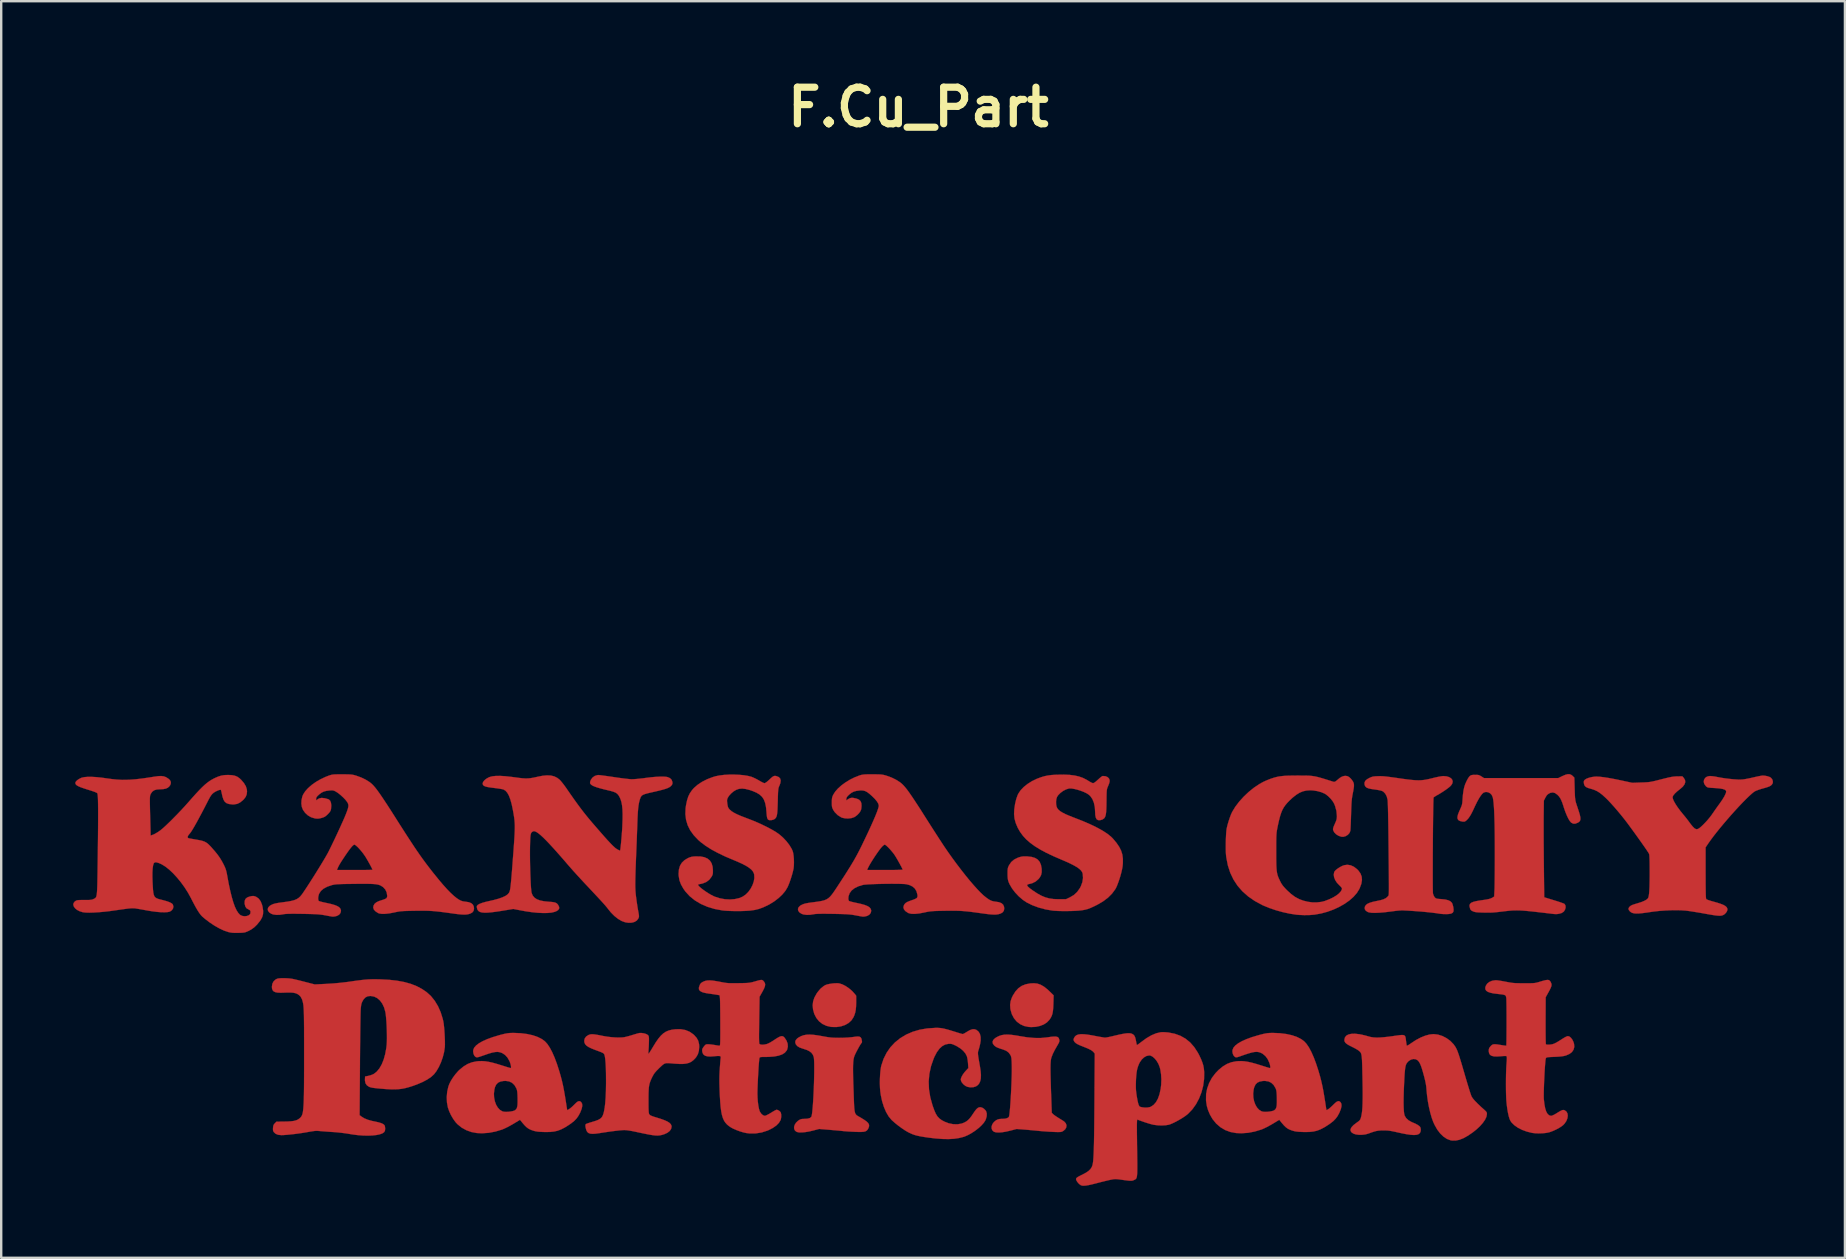
<source format=kicad_pcb>
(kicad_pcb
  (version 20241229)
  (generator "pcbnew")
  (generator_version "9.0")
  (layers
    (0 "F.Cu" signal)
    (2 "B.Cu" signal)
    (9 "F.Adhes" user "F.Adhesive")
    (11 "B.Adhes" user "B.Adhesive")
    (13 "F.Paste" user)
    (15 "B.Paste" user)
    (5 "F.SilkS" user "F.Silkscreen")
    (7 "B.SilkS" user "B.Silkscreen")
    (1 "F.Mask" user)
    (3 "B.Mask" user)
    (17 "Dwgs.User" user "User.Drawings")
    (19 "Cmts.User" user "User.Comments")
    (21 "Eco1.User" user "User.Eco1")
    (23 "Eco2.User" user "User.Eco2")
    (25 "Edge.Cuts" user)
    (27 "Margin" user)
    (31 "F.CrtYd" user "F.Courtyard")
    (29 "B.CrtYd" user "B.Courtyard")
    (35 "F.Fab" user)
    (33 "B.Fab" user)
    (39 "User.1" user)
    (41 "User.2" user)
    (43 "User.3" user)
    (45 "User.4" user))
  (footprint "F.Cu_Part"
    (layer "F.Cu")
    (at 35.227 1.418)
    (property "Reference" "F.Cu_Part" (at 0 0 0) (layer "F.SilkS") (effects (font (size 1.524 1.524) (thickness 0.3))))
    (attr through_hole)
    (fp_poly (pts (xy 4.955 36.525) (xy 5.095 36.573) (xy 5.237 36.655) (xy 5.387 36.775) (xy 5.458 36.842) (xy 5.635 37.015) (xy 5.626 37.362) (xy 5.619 37.528) (xy 5.607 37.661) (xy 5.589 37.768) (xy 5.561 37.858) (xy 5.522 37.94) (xy 5.469 38.022) (xy 5.459 38.035) (xy 5.357 38.142) (xy 5.223 38.229) (xy 5.064 38.291) (xy 4.886 38.329) (xy 4.696 38.338) (xy 4.587 38.331) (xy 4.402 38.291) (xy 4.238 38.215) (xy 4.096 38.106) (xy 3.981 37.967) (xy 3.894 37.801) (xy 3.839 37.611) (xy 3.832 37.566) (xy 3.822 37.41) (xy 3.842 37.261) (xy 3.895 37.109) (xy 3.939 37.02) (xy 4.046 36.85) (xy 4.168 36.717) (xy 4.31 36.619) (xy 4.473 36.554) (xy 4.664 36.518) (xy 4.814 36.511) (xy 4.955 36.525)) (stroke (width 0.01) (type solid)) (fill yes) (layer "F.Cu"))
    (fp_poly (pts (xy -3.306 36.516) (xy -3.178 36.555) (xy -3.04 36.624) (xy -2.901 36.717) (xy -2.772 36.826) (xy -2.667 36.939) (xy -2.594 37.03) (xy -2.594 37.306) (xy -2.598 37.477) (xy -2.611 37.616) (xy -2.634 37.736) (xy -2.67 37.846) (xy -2.706 37.927) (xy -2.792 38.059) (xy -2.911 38.168) (xy -3.057 38.251) (xy -3.225 38.308) (xy -3.412 38.336) (xy -3.612 38.333) (xy -3.65 38.329) (xy -3.834 38.286) (xy -3.999 38.208) (xy -4.14 38.097) (xy -4.254 37.957) (xy -4.34 37.79) (xy -4.392 37.601) (xy -4.392 37.601) (xy -4.407 37.429) (xy -4.388 37.267) (xy -4.334 37.106) (xy -4.242 36.941) (xy -4.201 36.881) (xy -4.08 36.737) (xy -3.946 36.628) (xy -3.873 36.586) (xy -3.803 36.561) (xy -3.704 36.539) (xy -3.59 36.522) (xy -3.475 36.511) (xy -3.372 36.51) (xy -3.306 36.516)) (stroke (width 0.01) (type solid)) (fill yes) (layer "F.Cu"))
    (fp_poly (pts (xy 3.876 38.661) (xy 4.064 38.687) (xy 4.212 38.713) (xy 4.533 38.765) (xy 4.824 38.791) (xy 5.089 38.794) (xy 5.332 38.771) (xy 5.347 38.769) (xy 5.504 38.747) (xy 5.626 38.734) (xy 5.717 38.733) (xy 5.781 38.744) (xy 5.825 38.768) (xy 5.853 38.806) (xy 5.87 38.859) (xy 5.873 38.874) (xy 5.876 38.916) (xy 5.867 38.96) (xy 5.842 39.016) (xy 5.796 39.094) (xy 5.793 39.1) (xy 5.683 39.292) (xy 5.601 39.456) (xy 5.547 39.597) (xy 5.534 39.64) (xy 5.524 39.688) (xy 5.516 39.749) (xy 5.51 39.827) (xy 5.506 39.923) (xy 5.504 40.042) (xy 5.505 40.186) (xy 5.508 40.359) (xy 5.513 40.564) (xy 5.52 40.804) (xy 5.529 41.082) (xy 5.532 41.163) (xy 5.558 41.909) (xy 5.61 41.964) (xy 5.65 41.998) (xy 5.717 42.046) (xy 5.799 42.1) (xy 5.853 42.134) (xy 5.935 42.184) (xy 6.007 42.229) (xy 6.058 42.262) (xy 6.076 42.275) (xy 6.144 42.351) (xy 6.172 42.435) (xy 6.162 42.52) (xy 6.116 42.6) (xy 6.034 42.669) (xy 6.006 42.685) (xy 5.974 42.699) (xy 5.935 42.708) (xy 5.882 42.712) (xy 5.807 42.713) (xy 5.702 42.71) (xy 5.61 42.706) (xy 5.464 42.699) (xy 5.303 42.688) (xy 5.145 42.676) (xy 5.008 42.664) (xy 4.995 42.662) (xy 4.858 42.649) (xy 4.699 42.634) (xy 4.538 42.62) (xy 4.402 42.608) (xy 4.094 42.585) (xy 3.841 42.651) (xy 3.655 42.695) (xy 3.489 42.722) (xy 3.346 42.732) (xy 3.231 42.725) (xy 3.15 42.702) (xy 3.139 42.695) (xy 3.077 42.635) (xy 3.049 42.557) (xy 3.052 42.471) (xy 3.085 42.381) (xy 3.146 42.297) (xy 3.233 42.225) (xy 3.247 42.217) (xy 3.308 42.187) (xy 3.37 42.171) (xy 3.451 42.164) (xy 3.49 42.164) (xy 3.61 42.156) (xy 3.701 42.133) (xy 3.759 42.096) (xy 3.774 42.072) (xy 3.786 42.023) (xy 3.798 41.936) (xy 3.81 41.818) (xy 3.823 41.672) (xy 3.835 41.506) (xy 3.847 41.322) (xy 3.858 41.128) (xy 3.868 40.928) (xy 3.877 40.727) (xy 3.884 40.53) (xy 3.89 40.343) (xy 3.893 40.171) (xy 3.893 40.019) (xy 3.891 39.899) (xy 3.887 39.773) (xy 3.881 39.681) (xy 3.873 39.614) (xy 3.861 39.564) (xy 3.844 39.521) (xy 3.836 39.504) (xy 3.762 39.402) (xy 3.66 39.326) (xy 3.535 39.275) (xy 3.41 39.235) (xy 3.318 39.202) (xy 3.25 39.171) (xy 3.2 39.139) (xy 3.159 39.104) (xy 3.103 39.028) (xy 3.09 38.952) (xy 3.118 38.878) (xy 3.188 38.807) (xy 3.25 38.765) (xy 3.355 38.712) (xy 3.464 38.675) (xy 3.582 38.655) (xy 3.718 38.65) (xy 3.876 38.661)) (stroke (width 0.01) (type solid)) (fill yes) (layer "F.Cu"))
    (fp_poly (pts (xy -4.367 38.661) (xy -4.177 38.687) (xy -4.011 38.716) (xy -3.864 38.743) (xy -3.745 38.762) (xy -3.638 38.775) (xy -3.53 38.782) (xy -3.407 38.785) (xy -3.302 38.786) (xy -3.119 38.783) (xy -2.945 38.774) (xy -2.794 38.761) (xy -2.731 38.753) (xy -2.605 38.736) (xy -2.514 38.731) (xy -2.45 38.74) (xy -2.409 38.765) (xy -2.382 38.805) (xy -2.371 38.837) (xy -2.352 38.925) (xy -2.354 38.978) (xy -2.368 38.998) (xy -2.39 39.024) (xy -2.426 39.08) (xy -2.472 39.157) (xy -2.521 39.247) (xy -2.571 39.34) (xy -2.616 39.43) (xy -2.651 39.506) (xy -2.669 39.55) (xy -2.686 39.605) (xy -2.7 39.668) (xy -2.711 39.742) (xy -2.718 39.832) (xy -2.723 39.941) (xy -2.725 40.072) (xy -2.724 40.229) (xy -2.721 40.416) (xy -2.715 40.637) (xy -2.706 40.894) (xy -2.701 41.029) (xy -2.694 41.251) (xy -2.687 41.434) (xy -2.681 41.584) (xy -2.674 41.704) (xy -2.664 41.798) (xy -2.652 41.871) (xy -2.635 41.927) (xy -2.612 41.97) (xy -2.582 42.004) (xy -2.544 42.033) (xy -2.496 42.061) (xy -2.438 42.094) (xy -2.388 42.123) (xy -2.255 42.205) (xy -2.158 42.275) (xy -2.094 42.338) (xy -2.061 42.398) (xy -2.055 42.459) (xy -2.073 42.526) (xy -2.09 42.564) (xy -2.122 42.618) (xy -2.161 42.657) (xy -2.211 42.685) (xy -2.281 42.701) (xy -2.375 42.708) (xy -2.5 42.708) (xy -2.614 42.705) (xy -2.747 42.699) (xy -2.882 42.692) (xy -3.006 42.683) (xy -3.105 42.675) (xy -3.133 42.672) (xy -3.213 42.664) (xy -3.324 42.653) (xy -3.457 42.641) (xy -3.599 42.629) (xy -3.726 42.618) (xy -4.138 42.584) (xy -4.392 42.651) (xy -4.565 42.691) (xy -4.726 42.717) (xy -4.867 42.729) (xy -4.983 42.727) (xy -5.067 42.708) (xy -5.075 42.705) (xy -5.142 42.655) (xy -5.177 42.585) (xy -5.182 42.503) (xy -5.157 42.415) (xy -5.104 42.328) (xy -5.024 42.25) (xy -5.001 42.233) (xy -4.942 42.196) (xy -4.891 42.175) (xy -4.832 42.166) (xy -4.747 42.164) (xy -4.745 42.164) (xy -4.618 42.155) (xy -4.525 42.129) (xy -4.469 42.086) (xy -4.457 42.065) (xy -4.443 42.007) (xy -4.428 41.912) (xy -4.415 41.785) (xy -4.401 41.631) (xy -4.389 41.455) (xy -4.377 41.263) (xy -4.367 41.06) (xy -4.358 40.851) (xy -4.351 40.642) (xy -4.346 40.437) (xy -4.342 40.241) (xy -4.341 40.06) (xy -4.342 39.9) (xy -4.345 39.764) (xy -4.352 39.66) (xy -4.361 39.59) (xy -4.364 39.579) (xy -4.403 39.484) (xy -4.461 39.407) (xy -4.543 39.344) (xy -4.657 39.289) (xy -4.806 39.24) (xy -4.826 39.234) (xy -4.957 39.187) (xy -5.051 39.127) (xy -5.11 39.054) (xy -5.115 39.044) (xy -5.135 38.962) (xy -5.114 38.885) (xy -5.052 38.813) (xy -4.997 38.774) (xy -4.894 38.718) (xy -4.786 38.679) (xy -4.666 38.656) (xy -4.528 38.651) (xy -4.367 38.661)) (stroke (width 0.01) (type solid)) (fill yes) (layer "F.Cu"))
    (fp_poly (pts (xy 0.808 38.371) (xy 0.893 38.376) (xy 0.977 38.386) (xy 1.068 38.404) (xy 1.174 38.43) (xy 1.302 38.466) (xy 1.458 38.514) (xy 1.559 38.545) (xy 1.66 38.577) (xy 1.747 38.603) (xy 1.812 38.621) (xy 1.847 38.629) (xy 1.849 38.629) (xy 1.879 38.618) (xy 1.933 38.59) (xy 2.003 38.548) (xy 2.028 38.532) (xy 2.144 38.466) (xy 2.241 38.431) (xy 2.324 38.425) (xy 2.402 38.448) (xy 2.413 38.453) (xy 2.502 38.523) (xy 2.563 38.621) (xy 2.593 38.748) (xy 2.594 38.902) (xy 2.573 39.038) (xy 2.551 39.134) (xy 2.527 39.226) (xy 2.505 39.297) (xy 2.503 39.304) (xy 2.491 39.34) (xy 2.483 39.377) (xy 2.481 39.421) (xy 2.483 39.477) (xy 2.492 39.552) (xy 2.507 39.65) (xy 2.529 39.778) (xy 2.558 39.94) (xy 2.562 39.963) (xy 2.593 40.167) (xy 2.606 40.337) (xy 2.601 40.477) (xy 2.577 40.592) (xy 2.533 40.686) (xy 2.482 40.751) (xy 2.397 40.811) (xy 2.287 40.844) (xy 2.161 40.849) (xy 2.046 40.829) (xy 1.957 40.788) (xy 1.872 40.72) (xy 1.806 40.639) (xy 1.782 40.589) (xy 1.768 40.542) (xy 1.768 40.501) (xy 1.783 40.451) (xy 1.807 40.396) (xy 1.85 40.32) (xy 1.911 40.234) (xy 1.971 40.164) (xy 2.081 40.047) (xy 2.068 39.851) (xy 2.058 39.749) (xy 2.042 39.649) (xy 2.024 39.568) (xy 2.018 39.55) (xy 1.961 39.439) (xy 1.869 39.329) (xy 1.747 39.226) (xy 1.604 39.136) (xy 1.563 39.115) (xy 1.474 39.073) (xy 1.409 39.048) (xy 1.354 39.036) (xy 1.295 39.034) (xy 1.256 39.036) (xy 1.12 39.064) (xy 0.994 39.131) (xy 0.877 39.237) (xy 0.769 39.384) (xy 0.67 39.571) (xy 0.633 39.659) (xy 0.524 39.974) (xy 0.456 40.29) (xy 0.428 40.608) (xy 0.441 40.932) (xy 0.494 41.262) (xy 0.588 41.601) (xy 0.661 41.804) (xy 0.723 41.946) (xy 0.789 42.055) (xy 0.867 42.141) (xy 0.965 42.214) (xy 1.083 42.278) (xy 1.263 42.348) (xy 1.447 42.385) (xy 1.627 42.39) (xy 1.795 42.361) (xy 1.894 42.325) (xy 1.984 42.278) (xy 2.062 42.221) (xy 2.134 42.148) (xy 2.21 42.05) (xy 2.276 41.952) (xy 2.352 41.84) (xy 2.415 41.761) (xy 2.471 41.711) (xy 2.525 41.684) (xy 2.578 41.677) (xy 2.655 41.695) (xy 2.733 41.743) (xy 2.798 41.81) (xy 2.822 41.847) (xy 2.849 41.941) (xy 2.845 42.055) (xy 2.811 42.178) (xy 2.791 42.225) (xy 2.728 42.324) (xy 2.632 42.432) (xy 2.512 42.543) (xy 2.374 42.651) (xy 2.226 42.749) (xy 2.076 42.834) (xy 1.931 42.898) (xy 1.883 42.914) (xy 1.695 42.962) (xy 1.488 42.993) (xy 1.257 43.006) (xy 1 43.001) (xy 0.711 42.979) (xy 0.436 42.947) (xy 0.243 42.919) (xy 0.084 42.892) (xy -0.048 42.864) (xy -0.162 42.833) (xy -0.266 42.795) (xy -0.366 42.75) (xy -0.441 42.712) (xy -0.563 42.64) (xy -0.702 42.546) (xy -0.845 42.441) (xy -0.98 42.332) (xy -1.095 42.23) (xy -1.125 42.201) (xy -1.243 42.057) (xy -1.348 41.877) (xy -1.438 41.667) (xy -1.512 41.432) (xy -1.566 41.178) (xy -1.589 41.021) (xy -1.602 40.862) (xy -1.607 40.684) (xy -1.605 40.499) (xy -1.596 40.317) (xy -1.581 40.149) (xy -1.56 40.006) (xy -1.545 39.941) (xy -1.452 39.663) (xy -1.325 39.409) (xy -1.166 39.179) (xy -0.976 38.976) (xy -0.757 38.8) (xy -0.511 38.652) (xy -0.239 38.534) (xy 0.056 38.447) (xy 0.374 38.393) (xy 0.712 38.371) (xy 0.717 38.371) (xy 0.808 38.371)) (stroke (width 0.01) (type solid)) (fill yes) (layer "F.Cu"))
    (fp_poly (pts (xy 22.011 27.888) (xy 22.121 27.921) (xy 22.203 27.972) (xy 22.252 28.037) (xy 22.268 28.113) (xy 22.246 28.197) (xy 22.201 28.264) (xy 22.147 28.319) (xy 22.062 28.387) (xy 21.955 28.464) (xy 21.833 28.545) (xy 21.704 28.625) (xy 21.627 28.668) (xy 21.557 28.709) (xy 21.503 28.744) (xy 21.473 28.766) (xy 21.472 28.769) (xy 21.468 28.795) (xy 21.465 28.859) (xy 21.462 28.959) (xy 21.459 29.09) (xy 21.456 29.249) (xy 21.453 29.432) (xy 21.45 29.636) (xy 21.448 29.857) (xy 21.445 30.092) (xy 21.443 30.336) (xy 21.441 30.587) (xy 21.44 30.84) (xy 21.438 31.093) (xy 21.437 31.341) (xy 21.437 31.58) (xy 21.436 31.808) (xy 21.436 32.021) (xy 21.436 32.214) (xy 21.437 32.385) (xy 21.438 32.53) (xy 21.44 32.645) (xy 21.442 32.726) (xy 21.445 32.771) (xy 21.446 32.775) (xy 21.476 32.863) (xy 21.519 32.931) (xy 21.524 32.936) (xy 21.553 32.962) (xy 21.586 32.979) (xy 21.631 32.99) (xy 21.7 32.998) (xy 21.799 33.005) (xy 21.96 33.022) (xy 22.083 33.053) (xy 22.173 33.097) (xy 22.234 33.158) (xy 22.236 33.161) (xy 22.258 33.21) (xy 22.28 33.284) (xy 22.294 33.351) (xy 22.305 33.455) (xy 22.296 33.527) (xy 22.265 33.575) (xy 22.208 33.605) (xy 22.189 33.611) (xy 22.109 33.625) (xy 22.002 33.63) (xy 21.882 33.628) (xy 21.765 33.619) (xy 21.706 33.61) (xy 21.561 33.588) (xy 21.381 33.566) (xy 21.174 33.544) (xy 20.948 33.523) (xy 20.71 33.505) (xy 20.578 33.496) (xy 20.424 33.486) (xy 20.304 33.48) (xy 20.206 33.476) (xy 20.121 33.476) (xy 20.041 33.48) (xy 19.954 33.488) (xy 19.852 33.5) (xy 19.725 33.517) (xy 19.7 33.52) (xy 19.439 33.552) (xy 19.215 33.571) (xy 19.028 33.579) (xy 18.88 33.574) (xy 18.772 33.556) (xy 18.722 33.539) (xy 18.641 33.483) (xy 18.602 33.418) (xy 18.603 33.341) (xy 18.614 33.308) (xy 18.652 33.249) (xy 18.718 33.199) (xy 18.814 33.156) (xy 18.944 33.117) (xy 19.103 33.083) (xy 19.259 33.05) (xy 19.379 33.014) (xy 19.469 32.972) (xy 19.535 32.922) (xy 19.567 32.886) (xy 19.575 32.877) (xy 19.582 32.87) (xy 19.588 32.862) (xy 19.593 32.852) (xy 19.598 32.837) (xy 19.601 32.813) (xy 19.604 32.78) (xy 19.607 32.733) (xy 19.608 32.672) (xy 19.609 32.593) (xy 19.609 32.493) (xy 19.609 32.371) (xy 19.608 32.223) (xy 19.607 32.048) (xy 19.605 31.843) (xy 19.603 31.604) (xy 19.6 31.331) (xy 19.597 31.02) (xy 19.594 30.723) (xy 19.591 30.438) (xy 19.588 30.166) (xy 19.584 29.911) (xy 19.58 29.677) (xy 19.576 29.466) (xy 19.572 29.281) (xy 19.568 29.126) (xy 19.563 29.003) (xy 19.559 28.917) (xy 19.556 28.869) (xy 19.555 28.868) (xy 19.519 28.727) (xy 19.46 28.613) (xy 19.381 28.53) (xy 19.333 28.501) (xy 19.277 28.482) (xy 19.191 28.463) (xy 19.088 28.445) (xy 19.013 28.435) (xy 18.868 28.414) (xy 18.76 28.39) (xy 18.684 28.359) (xy 18.634 28.318) (xy 18.604 28.265) (xy 18.593 28.225) (xy 18.593 28.145) (xy 18.626 28.074) (xy 18.696 28.011) (xy 18.787 27.959) (xy 18.856 27.927) (xy 18.915 27.906) (xy 18.979 27.893) (xy 19.061 27.886) (xy 19.152 27.882) (xy 19.229 27.88) (xy 19.307 27.881) (xy 19.394 27.887) (xy 19.495 27.896) (xy 19.618 27.911) (xy 19.768 27.931) (xy 19.953 27.957) (xy 19.992 27.963) (xy 20.221 27.996) (xy 20.414 28.021) (xy 20.578 28.039) (xy 20.719 28.05) (xy 20.843 28.054) (xy 20.956 28.05) (xy 21.065 28.039) (xy 21.175 28.021) (xy 21.293 27.996) (xy 21.419 27.965) (xy 21.543 27.935) (xy 21.662 27.909) (xy 21.765 27.89) (xy 21.843 27.879) (xy 21.874 27.877) (xy 22.011 27.888)) (stroke (width 0.01) (type solid)) (fill yes) (layer "F.Cu"))
    (fp_poly (pts (xy 15.071 38.594) (xy 15.335 38.627) (xy 15.574 38.68) (xy 15.783 38.753) (xy 15.961 38.845) (xy 16.077 38.931) (xy 16.176 39.039) (xy 16.277 39.187) (xy 16.377 39.375) (xy 16.477 39.601) (xy 16.575 39.863) (xy 16.672 40.16) (xy 16.676 40.175) (xy 16.735 40.377) (xy 16.785 40.57) (xy 16.83 40.766) (xy 16.872 40.975) (xy 16.912 41.208) (xy 16.946 41.416) (xy 17.005 41.801) (xy 17.069 41.768) (xy 17.112 41.739) (xy 17.174 41.687) (xy 17.245 41.622) (xy 17.288 41.579) (xy 17.374 41.496) (xy 17.442 41.445) (xy 17.496 41.424) (xy 17.542 41.43) (xy 17.586 41.462) (xy 17.59 41.465) (xy 17.628 41.534) (xy 17.634 41.629) (xy 17.608 41.75) (xy 17.55 41.896) (xy 17.538 41.922) (xy 17.469 42.048) (xy 17.39 42.155) (xy 17.294 42.253) (xy 17.171 42.351) (xy 17.066 42.423) (xy 16.903 42.525) (xy 16.755 42.601) (xy 16.612 42.656) (xy 16.465 42.69) (xy 16.302 42.708) (xy 16.114 42.712) (xy 15.997 42.709) (xy 15.868 42.703) (xy 15.77 42.694) (xy 15.689 42.681) (xy 15.612 42.661) (xy 15.547 42.64) (xy 15.456 42.604) (xy 15.378 42.561) (xy 15.305 42.505) (xy 15.228 42.429) (xy 15.139 42.326) (xy 15.113 42.294) (xy 15.039 42.203) (xy 14.76 42.372) (xy 14.644 42.438) (xy 14.523 42.503) (xy 14.408 42.559) (xy 14.313 42.601) (xy 14.294 42.608) (xy 14.016 42.692) (xy 13.734 42.745) (xy 13.456 42.764) (xy 13.24 42.754) (xy 13.002 42.71) (xy 12.783 42.628) (xy 12.585 42.51) (xy 12.41 42.358) (xy 12.26 42.173) (xy 12.151 41.986) (xy 12.073 41.803) (xy 12.021 41.627) (xy 11.992 41.439) (xy 11.987 41.387) (xy 11.99 41.145) (xy 11.995 41.114) (xy 13.952 41.114) (xy 13.96 41.277) (xy 13.991 41.431) (xy 14.043 41.571) (xy 14.112 41.691) (xy 14.197 41.784) (xy 14.296 41.846) (xy 14.366 41.866) (xy 14.451 41.872) (xy 14.553 41.868) (xy 14.657 41.856) (xy 14.75 41.837) (xy 14.816 41.814) (xy 14.82 41.811) (xy 14.866 41.777) (xy 14.899 41.732) (xy 14.922 41.669) (xy 14.935 41.582) (xy 14.94 41.467) (xy 14.939 41.316) (xy 14.939 41.296) (xy 14.935 41.169) (xy 14.929 41.075) (xy 14.921 41.005) (xy 14.909 40.951) (xy 14.892 40.902) (xy 14.883 40.883) (xy 14.806 40.753) (xy 14.707 40.66) (xy 14.587 40.602) (xy 14.444 40.581) (xy 14.356 40.584) (xy 14.223 40.608) (xy 14.122 40.657) (xy 14.048 40.734) (xy 13.996 40.843) (xy 13.97 40.949) (xy 13.952 41.114) (xy 11.995 41.114) (xy 12.033 40.905) (xy 12.115 40.674) (xy 12.233 40.454) (xy 12.388 40.251) (xy 12.512 40.124) (xy 12.686 39.98) (xy 12.859 39.875) (xy 13.04 39.805) (xy 13.236 39.766) (xy 13.324 39.758) (xy 13.455 39.755) (xy 13.588 39.764) (xy 13.733 39.786) (xy 13.895 39.822) (xy 14.083 39.874) (xy 14.267 39.931) (xy 14.385 39.968) (xy 14.489 40.001) (xy 14.572 40.026) (xy 14.628 40.042) (xy 14.65 40.047) (xy 14.666 40.029) (xy 14.665 39.977) (xy 14.649 39.898) (xy 14.626 39.824) (xy 14.557 39.674) (xy 14.463 39.547) (xy 14.35 39.452) (xy 14.311 39.429) (xy 14.24 39.397) (xy 14.168 39.377) (xy 14.09 39.37) (xy 14 39.377) (xy 13.892 39.398) (xy 13.762 39.435) (xy 13.602 39.487) (xy 13.477 39.531) (xy 13.378 39.566) (xy 13.309 39.588) (xy 13.263 39.597) (xy 13.231 39.597) (xy 13.204 39.588) (xy 13.191 39.581) (xy 13.141 39.531) (xy 13.104 39.455) (xy 13.087 39.366) (xy 13.091 39.293) (xy 13.129 39.199) (xy 13.209 39.105) (xy 13.329 39.013) (xy 13.488 38.923) (xy 13.684 38.836) (xy 13.917 38.752) (xy 14.185 38.673) (xy 14.245 38.657) (xy 14.371 38.625) (xy 14.47 38.604) (xy 14.558 38.591) (xy 14.647 38.584) (xy 14.753 38.582) (xy 14.785 38.582) (xy 15.071 38.594)) (stroke (width 0.01) (type solid)) (fill yes) (layer "F.Cu"))
    (fp_poly (pts (xy -16.573 38.594) (xy -16.309 38.627) (xy -16.071 38.68) (xy -15.861 38.753) (xy -15.683 38.845) (xy -15.567 38.931) (xy -15.468 39.039) (xy -15.368 39.187) (xy -15.267 39.375) (xy -15.167 39.601) (xy -15.069 39.863) (xy -14.973 40.16) (xy -14.968 40.175) (xy -14.91 40.376) (xy -14.859 40.57) (xy -14.814 40.766) (xy -14.773 40.974) (xy -14.732 41.206) (xy -14.698 41.417) (xy -14.639 41.802) (xy -14.559 41.757) (xy -14.508 41.721) (xy -14.44 41.664) (xy -14.368 41.595) (xy -14.341 41.568) (xy -14.258 41.487) (xy -14.193 41.439) (xy -14.139 41.423) (xy -14.092 41.436) (xy -14.055 41.465) (xy -14.016 41.534) (xy -14.01 41.629) (xy -14.036 41.75) (xy -14.094 41.896) (xy -14.107 41.922) (xy -14.176 42.048) (xy -14.254 42.155) (xy -14.351 42.253) (xy -14.473 42.351) (xy -14.578 42.423) (xy -14.741 42.525) (xy -14.889 42.601) (xy -15.032 42.656) (xy -15.179 42.69) (xy -15.342 42.708) (xy -15.53 42.712) (xy -15.648 42.709) (xy -15.776 42.703) (xy -15.874 42.694) (xy -15.956 42.681) (xy -16.033 42.661) (xy -16.097 42.64) (xy -16.188 42.604) (xy -16.266 42.561) (xy -16.339 42.505) (xy -16.416 42.429) (xy -16.505 42.326) (xy -16.531 42.294) (xy -16.605 42.203) (xy -16.884 42.372) (xy -17 42.438) (xy -17.121 42.503) (xy -17.236 42.559) (xy -17.331 42.601) (xy -17.35 42.608) (xy -17.628 42.692) (xy -17.91 42.745) (xy -18.188 42.764) (xy -18.404 42.754) (xy -18.63 42.712) (xy -18.843 42.635) (xy -19.039 42.526) (xy -19.209 42.388) (xy -19.295 42.295) (xy -19.391 42.161) (xy -19.482 42.005) (xy -19.557 41.842) (xy -19.61 41.69) (xy -19.61 41.688) (xy -19.649 41.478) (xy -19.658 41.256) (xy -19.646 41.114) (xy -17.692 41.114) (xy -17.684 41.277) (xy -17.653 41.431) (xy -17.602 41.571) (xy -17.532 41.691) (xy -17.447 41.784) (xy -17.348 41.846) (xy -17.279 41.866) (xy -17.193 41.872) (xy -17.091 41.868) (xy -16.987 41.856) (xy -16.894 41.837) (xy -16.828 41.814) (xy -16.824 41.811) (xy -16.779 41.777) (xy -16.745 41.732) (xy -16.723 41.669) (xy -16.709 41.582) (xy -16.704 41.467) (xy -16.705 41.316) (xy -16.705 41.296) (xy -16.709 41.169) (xy -16.715 41.075) (xy -16.723 41.005) (xy -16.735 40.951) (xy -16.753 40.902) (xy -16.761 40.883) (xy -16.838 40.753) (xy -16.937 40.66) (xy -17.057 40.602) (xy -17.2 40.581) (xy -17.288 40.584) (xy -17.421 40.608) (xy -17.522 40.657) (xy -17.596 40.734) (xy -17.648 40.843) (xy -17.674 40.949) (xy -17.692 41.114) (xy -19.646 41.114) (xy -19.639 41.034) (xy -19.592 40.825) (xy -19.553 40.714) (xy -19.487 40.582) (xy -19.397 40.439) (xy -19.292 40.298) (xy -19.182 40.173) (xy -19.132 40.124) (xy -18.958 39.98) (xy -18.785 39.875) (xy -18.604 39.805) (xy -18.408 39.766) (xy -18.32 39.758) (xy -18.19 39.755) (xy -18.056 39.764) (xy -17.911 39.786) (xy -17.749 39.822) (xy -17.562 39.874) (xy -17.377 39.931) (xy -17.259 39.968) (xy -17.154 40.001) (xy -17.07 40.026) (xy -17.014 40.042) (xy -16.991 40.047) (xy -16.979 40.029) (xy -16.979 39.982) (xy -16.991 39.914) (xy -17.012 39.838) (xy -17.041 39.762) (xy -17.049 39.745) (xy -17.13 39.606) (xy -17.225 39.501) (xy -17.341 39.424) (xy -17.347 39.421) (xy -17.436 39.388) (xy -17.53 39.372) (xy -17.636 39.377) (xy -17.762 39.401) (xy -17.914 39.445) (xy -18.002 39.476) (xy -18.138 39.523) (xy -18.24 39.558) (xy -18.314 39.582) (xy -18.366 39.595) (xy -18.402 39.598) (xy -18.428 39.594) (xy -18.451 39.584) (xy -18.465 39.575) (xy -18.512 39.523) (xy -18.544 39.444) (xy -18.558 39.354) (xy -18.553 39.291) (xy -18.515 39.198) (xy -18.435 39.105) (xy -18.316 39.014) (xy -18.159 38.925) (xy -17.964 38.838) (xy -17.734 38.755) (xy -17.47 38.676) (xy -17.399 38.657) (xy -17.273 38.625) (xy -17.174 38.604) (xy -17.087 38.591) (xy -16.997 38.584) (xy -16.891 38.582) (xy -16.859 38.582) (xy -16.573 38.594)) (stroke (width 0.01) (type solid)) (fill yes) (layer "F.Cu"))
    (fp_poly (pts (xy -9.712 38.461) (xy -9.541 38.53) (xy -9.387 38.636) (xy -9.347 38.671) (xy -9.243 38.788) (xy -9.176 38.91) (xy -9.142 39.048) (xy -9.136 39.158) (xy -9.149 39.326) (xy -9.191 39.468) (xy -9.264 39.594) (xy -9.305 39.643) (xy -9.385 39.723) (xy -9.469 39.785) (xy -9.562 39.829) (xy -9.671 39.858) (xy -9.8 39.873) (xy -9.957 39.874) (xy -10.146 39.863) (xy -10.233 39.856) (xy -10.355 39.845) (xy -10.446 39.84) (xy -10.515 39.843) (xy -10.573 39.858) (xy -10.627 39.889) (xy -10.689 39.94) (xy -10.766 40.012) (xy -10.831 40.075) (xy -10.921 40.166) (xy -10.988 40.244) (xy -11.041 40.321) (xy -11.09 40.412) (xy -11.092 40.416) (xy -11.138 40.512) (xy -11.173 40.597) (xy -11.201 40.679) (xy -11.221 40.763) (xy -11.235 40.858) (xy -11.243 40.971) (xy -11.248 41.107) (xy -11.25 41.275) (xy -11.25 41.392) (xy -11.25 41.56) (xy -11.249 41.69) (xy -11.246 41.788) (xy -11.242 41.86) (xy -11.237 41.911) (xy -11.229 41.946) (xy -11.219 41.97) (xy -11.215 41.976) (xy -11.192 42.001) (xy -11.154 42.025) (xy -11.094 42.05) (xy -11.005 42.081) (xy -10.908 42.11) (xy -10.718 42.17) (xy -10.567 42.226) (xy -10.452 42.28) (xy -10.37 42.334) (xy -10.317 42.39) (xy -10.291 42.45) (xy -10.287 42.49) (xy -10.308 42.584) (xy -10.367 42.669) (xy -10.462 42.743) (xy -10.589 42.802) (xy -10.678 42.83) (xy -10.77 42.85) (xy -10.86 42.858) (xy -10.959 42.856) (xy -11.078 42.842) (xy -11.208 42.821) (xy -11.305 42.802) (xy -11.43 42.777) (xy -11.57 42.748) (xy -11.71 42.718) (xy -11.765 42.706) (xy -11.92 42.674) (xy -12.059 42.65) (xy -12.174 42.635) (xy -12.251 42.63) (xy -12.343 42.634) (xy -12.47 42.645) (xy -12.626 42.663) (xy -12.807 42.686) (xy -13.005 42.714) (xy -13.215 42.746) (xy -13.282 42.757) (xy -13.448 42.78) (xy -13.579 42.788) (xy -13.679 42.779) (xy -13.753 42.751) (xy -13.806 42.702) (xy -13.843 42.628) (xy -13.868 42.529) (xy -13.875 42.49) (xy -13.878 42.42) (xy -13.861 42.382) (xy -13.86 42.381) (xy -13.829 42.367) (xy -13.767 42.344) (xy -13.683 42.317) (xy -13.6 42.292) (xy -13.453 42.247) (xy -13.342 42.204) (xy -13.26 42.157) (xy -13.2 42.102) (xy -13.158 42.031) (xy -13.126 41.941) (xy -13.103 41.85) (xy -13.075 41.693) (xy -13.052 41.502) (xy -13.035 41.275) (xy -13.024 41.011) (xy -13.019 40.707) (xy -13.019 40.534) (xy -13.021 40.276) (xy -13.026 40.049) (xy -13.036 39.855) (xy -13.049 39.698) (xy -13.065 39.578) (xy -13.082 39.504) (xy -13.094 39.474) (xy -13.11 39.449) (xy -13.137 39.426) (xy -13.18 39.402) (xy -13.246 39.374) (xy -13.34 39.338) (xy -13.462 39.293) (xy -13.621 39.231) (xy -13.742 39.172) (xy -13.83 39.114) (xy -13.887 39.053) (xy -13.918 38.987) (xy -13.928 38.914) (xy -13.908 38.816) (xy -13.85 38.734) (xy -13.757 38.672) (xy -13.732 38.661) (xy -13.686 38.646) (xy -13.637 38.638) (xy -13.578 38.637) (xy -13.502 38.643) (xy -13.402 38.658) (xy -13.273 38.682) (xy -13.155 38.706) (xy -12.98 38.736) (xy -12.8 38.758) (xy -12.623 38.771) (xy -12.461 38.774) (xy -12.323 38.768) (xy -12.252 38.758) (xy -12.173 38.74) (xy -12.07 38.713) (xy -11.959 38.681) (xy -11.896 38.661) (xy -11.8 38.632) (xy -11.714 38.607) (xy -11.649 38.591) (xy -11.62 38.585) (xy -11.531 38.585) (xy -11.435 38.6) (xy -11.348 38.627) (xy -11.286 38.661) (xy -11.286 38.661) (xy -11.26 38.686) (xy -11.244 38.711) (xy -11.235 38.748) (xy -11.231 38.804) (xy -11.231 38.891) (xy -11.231 38.923) (xy -11.234 39.038) (xy -11.239 39.159) (xy -11.246 39.266) (xy -11.248 39.297) (xy -11.254 39.386) (xy -11.252 39.435) (xy -11.241 39.445) (xy -11.241 39.445) (xy -11.222 39.422) (xy -11.188 39.37) (xy -11.141 39.296) (xy -11.086 39.205) (xy -11.067 39.173) (xy -10.949 38.98) (xy -10.84 38.823) (xy -10.736 38.698) (xy -10.633 38.602) (xy -10.525 38.531) (xy -10.407 38.481) (xy -10.276 38.448) (xy -10.125 38.429) (xy -10.118 38.428) (xy -9.904 38.427) (xy -9.712 38.461)) (stroke (width 0.01) (type solid)) (fill yes) (layer "F.Cu"))
    (fp_poly (pts (xy 27.151 27.801) (xy 27.224 27.835) (xy 27.271 27.875) (xy 27.337 27.941) (xy 27.35 28.39) (xy 27.355 28.545) (xy 27.36 28.667) (xy 27.365 28.762) (xy 27.374 28.84) (xy 27.385 28.909) (xy 27.402 28.977) (xy 27.425 29.052) (xy 27.455 29.142) (xy 27.474 29.199) (xy 27.528 29.363) (xy 27.566 29.492) (xy 27.587 29.592) (xy 27.591 29.669) (xy 27.58 29.726) (xy 27.552 29.77) (xy 27.507 29.805) (xy 27.476 29.823) (xy 27.376 29.86) (xy 27.29 29.859) (xy 27.212 29.82) (xy 27.2 29.811) (xy 27.148 29.75) (xy 27.089 29.653) (xy 27.028 29.527) (xy 26.966 29.377) (xy 26.907 29.208) (xy 26.891 29.157) (xy 26.842 29.006) (xy 26.795 28.888) (xy 26.748 28.796) (xy 26.695 28.721) (xy 26.633 28.657) (xy 26.628 28.652) (xy 26.534 28.585) (xy 26.442 28.559) (xy 26.346 28.574) (xy 26.29 28.598) (xy 26.227 28.639) (xy 26.179 28.692) (xy 26.133 28.77) (xy 26.131 28.775) (xy 26.067 28.9) (xy 26.059 29.558) (xy 26.058 29.701) (xy 26.058 29.881) (xy 26.058 30.091) (xy 26.058 30.324) (xy 26.059 30.575) (xy 26.061 30.836) (xy 26.063 31.103) (xy 26.065 31.368) (xy 26.067 31.572) (xy 26.082 32.928) (xy 26.487 33.052) (xy 26.613 33.091) (xy 26.727 33.128) (xy 26.821 33.161) (xy 26.89 33.187) (xy 26.925 33.203) (xy 26.927 33.205) (xy 26.965 33.263) (xy 26.975 33.339) (xy 26.958 33.422) (xy 26.916 33.501) (xy 26.886 33.534) (xy 26.806 33.585) (xy 26.714 33.612) (xy 26.652 33.623) (xy 26.601 33.629) (xy 26.55 33.629) (xy 26.484 33.624) (xy 26.391 33.614) (xy 26.374 33.612) (xy 26.094 33.578) (xy 25.851 33.55) (xy 25.642 33.526) (xy 25.462 33.507) (xy 25.306 33.493) (xy 25.171 33.482) (xy 25.051 33.476) (xy 24.943 33.474) (xy 24.842 33.475) (xy 24.744 33.479) (xy 24.645 33.487) (xy 24.539 33.498) (xy 24.424 33.511) (xy 24.375 33.517) (xy 24.2 33.538) (xy 24.055 33.553) (xy 23.93 33.563) (xy 23.812 33.568) (xy 23.691 33.568) (xy 23.56 33.566) (xy 23.424 33.562) (xy 23.322 33.557) (xy 23.246 33.55) (xy 23.189 33.54) (xy 23.143 33.526) (xy 23.11 33.513) (xy 23.047 33.479) (xy 23.011 33.443) (xy 22.989 33.39) (xy 22.989 33.387) (xy 22.971 33.311) (xy 22.969 33.259) (xy 22.984 33.216) (xy 22.998 33.196) (xy 23.043 33.156) (xy 23.121 33.122) (xy 23.236 33.091) (xy 23.389 33.064) (xy 23.471 33.052) (xy 23.613 33.032) (xy 23.72 33.013) (xy 23.802 32.994) (xy 23.866 32.972) (xy 23.92 32.945) (xy 23.931 32.938) (xy 23.996 32.898) (xy 24.01 32.625) (xy 24.013 32.555) (xy 24.015 32.447) (xy 24.017 32.306) (xy 24.019 32.136) (xy 24.021 31.943) (xy 24.022 31.73) (xy 24.023 31.503) (xy 24.024 31.266) (xy 24.024 31.032) (xy 24.023 30.618) (xy 24.02 30.246) (xy 24.015 29.915) (xy 24.007 29.624) (xy 23.998 29.373) (xy 23.986 29.162) (xy 23.972 28.99) (xy 23.956 28.857) (xy 23.937 28.761) (xy 23.936 28.757) (xy 23.894 28.664) (xy 23.827 28.594) (xy 23.743 28.55) (xy 23.652 28.538) (xy 23.563 28.562) (xy 23.562 28.562) (xy 23.505 28.609) (xy 23.437 28.693) (xy 23.361 28.811) (xy 23.28 28.959) (xy 23.194 29.134) (xy 23.181 29.163) (xy 23.104 29.329) (xy 23.037 29.46) (xy 22.976 29.562) (xy 22.919 29.642) (xy 22.861 29.704) (xy 22.845 29.719) (xy 22.793 29.76) (xy 22.75 29.776) (xy 22.693 29.775) (xy 22.672 29.772) (xy 22.575 29.75) (xy 22.508 29.714) (xy 22.472 29.661) (xy 22.465 29.587) (xy 22.485 29.488) (xy 22.534 29.36) (xy 22.561 29.3) (xy 22.607 29.198) (xy 22.638 29.121) (xy 22.657 29.054) (xy 22.669 28.985) (xy 22.676 28.899) (xy 22.678 28.861) (xy 22.694 28.656) (xy 22.717 28.485) (xy 22.748 28.34) (xy 22.789 28.212) (xy 22.843 28.093) (xy 22.843 28.092) (xy 22.9 27.986) (xy 22.947 27.913) (xy 22.992 27.866) (xy 23.042 27.839) (xy 23.106 27.828) (xy 23.192 27.825) (xy 23.194 27.825) (xy 23.282 27.826) (xy 23.343 27.833) (xy 23.394 27.851) (xy 23.45 27.883) (xy 23.465 27.892) (xy 23.573 27.961) (xy 26.667 27.961) (xy 26.843 27.875) (xy 26.968 27.822) (xy 27.068 27.797) (xy 27.151 27.801)) (stroke (width 0.01) (type solid)) (fill yes) (layer "F.Cu"))
    (fp_poly (pts (xy 18.371 38.635) (xy 18.387 38.637) (xy 18.5 38.66) (xy 18.622 38.689) (xy 18.73 38.719) (xy 18.747 38.724) (xy 18.848 38.751) (xy 18.956 38.768) (xy 19.077 38.776) (xy 19.218 38.774) (xy 19.382 38.762) (xy 19.578 38.741) (xy 19.78 38.714) (xy 19.938 38.691) (xy 20.06 38.675) (xy 20.151 38.668) (xy 20.215 38.672) (xy 20.258 38.688) (xy 20.285 38.718) (xy 20.301 38.764) (xy 20.312 38.828) (xy 20.321 38.905) (xy 20.333 38.99) (xy 20.343 39.06) (xy 20.351 39.104) (xy 20.352 39.11) (xy 20.372 39.111) (xy 20.421 39.087) (xy 20.495 39.039) (xy 20.536 39.01) (xy 20.737 38.878) (xy 20.937 38.772) (xy 21.131 38.694) (xy 21.313 38.646) (xy 21.474 38.631) (xy 21.655 38.652) (xy 21.838 38.71) (xy 22.012 38.8) (xy 22.171 38.916) (xy 22.305 39.055) (xy 22.383 39.166) (xy 22.407 39.21) (xy 22.431 39.258) (xy 22.456 39.314) (xy 22.482 39.382) (xy 22.512 39.466) (xy 22.546 39.569) (xy 22.585 39.695) (xy 22.632 39.848) (xy 22.686 40.032) (xy 22.75 40.251) (xy 22.794 40.403) (xy 22.845 40.575) (xy 22.894 40.739) (xy 22.94 40.888) (xy 22.98 41.017) (xy 23.014 41.121) (xy 23.04 41.195) (xy 23.053 41.228) (xy 23.102 41.305) (xy 23.185 41.404) (xy 23.302 41.524) (xy 23.45 41.665) (xy 23.549 41.753) (xy 23.618 41.816) (xy 23.661 41.86) (xy 23.684 41.895) (xy 23.693 41.93) (xy 23.693 41.97) (xy 23.672 42.08) (xy 23.614 42.202) (xy 23.522 42.334) (xy 23.401 42.471) (xy 23.251 42.61) (xy 23.114 42.719) (xy 22.909 42.861) (xy 22.721 42.966) (xy 22.548 43.035) (xy 22.388 43.068) (xy 22.239 43.067) (xy 22.172 43.054) (xy 22.024 42.997) (xy 21.881 42.901) (xy 21.746 42.77) (xy 21.622 42.607) (xy 21.513 42.414) (xy 21.455 42.287) (xy 21.392 42.113) (xy 21.333 41.907) (xy 21.28 41.68) (xy 21.235 41.442) (xy 21.201 41.204) (xy 21.179 40.977) (xy 21.177 40.947) (xy 21.167 40.831) (xy 21.15 40.715) (xy 21.124 40.586) (xy 21.087 40.434) (xy 21.066 40.354) (xy 21.016 40.174) (xy 20.972 40.031) (xy 20.931 39.919) (xy 20.892 39.835) (xy 20.852 39.772) (xy 20.81 39.726) (xy 20.804 39.72) (xy 20.722 39.677) (xy 20.627 39.669) (xy 20.529 39.694) (xy 20.435 39.752) (xy 20.4 39.786) (xy 20.368 39.823) (xy 20.342 39.862) (xy 20.32 39.909) (xy 20.303 39.968) (xy 20.289 40.043) (xy 20.277 40.14) (xy 20.266 40.262) (xy 20.256 40.416) (xy 20.247 40.606) (xy 20.242 40.693) (xy 20.229 41.004) (xy 20.222 41.275) (xy 20.22 41.504) (xy 20.224 41.694) (xy 20.233 41.845) (xy 20.247 41.958) (xy 20.267 42.032) (xy 20.329 42.133) (xy 20.426 42.222) (xy 20.551 42.294) (xy 20.591 42.311) (xy 20.713 42.363) (xy 20.813 42.418) (xy 20.884 42.47) (xy 20.916 42.508) (xy 20.932 42.562) (xy 20.938 42.627) (xy 20.926 42.703) (xy 20.894 42.761) (xy 20.84 42.803) (xy 20.762 42.828) (xy 20.656 42.836) (xy 20.52 42.828) (xy 20.352 42.804) (xy 20.148 42.765) (xy 19.999 42.732) (xy 19.851 42.699) (xy 19.735 42.675) (xy 19.64 42.659) (xy 19.556 42.649) (xy 19.473 42.645) (xy 19.381 42.644) (xy 19.378 42.644) (xy 19.27 42.646) (xy 19.177 42.654) (xy 19.089 42.668) (xy 18.994 42.693) (xy 18.883 42.729) (xy 18.743 42.78) (xy 18.624 42.812) (xy 18.49 42.827) (xy 18.353 42.827) (xy 18.229 42.811) (xy 18.134 42.78) (xy 18.052 42.726) (xy 18.011 42.663) (xy 18.011 42.591) (xy 18.052 42.511) (xy 18.134 42.423) (xy 18.258 42.328) (xy 18.266 42.322) (xy 18.339 42.27) (xy 18.385 42.23) (xy 18.414 42.189) (xy 18.435 42.137) (xy 18.445 42.104) (xy 18.465 42.021) (xy 18.482 41.924) (xy 18.496 41.809) (xy 18.506 41.673) (xy 18.512 41.512) (xy 18.516 41.324) (xy 18.517 41.104) (xy 18.515 40.85) (xy 18.51 40.557) (xy 18.508 40.46) (xy 18.503 40.226) (xy 18.499 40.03) (xy 18.494 39.868) (xy 18.489 39.737) (xy 18.482 39.633) (xy 18.474 39.552) (xy 18.464 39.49) (xy 18.451 39.443) (xy 18.435 39.407) (xy 18.414 39.378) (xy 18.39 39.353) (xy 18.36 39.328) (xy 18.349 39.318) (xy 18.302 39.286) (xy 18.228 39.242) (xy 18.138 39.194) (xy 18.068 39.159) (xy 17.943 39.096) (xy 17.854 39.041) (xy 17.796 38.991) (xy 17.764 38.94) (xy 17.753 38.886) (xy 17.753 38.872) (xy 17.774 38.775) (xy 17.829 38.7) (xy 17.919 38.648) (xy 18.04 38.62) (xy 18.191 38.615) (xy 18.371 38.635)) (stroke (width 0.01) (type solid)) (fill yes) (layer "F.Cu"))
    (fp_poly (pts (xy 26.266 36.377) (xy 26.305 36.397) (xy 26.337 36.434) (xy 26.362 36.482) (xy 26.382 36.533) (xy 26.388 36.581) (xy 26.379 36.636) (xy 26.353 36.705) (xy 26.308 36.797) (xy 26.259 36.886) (xy 26.143 37.095) (xy 26.139 38.061) (xy 26.139 38.259) (xy 26.139 38.445) (xy 26.14 38.615) (xy 26.141 38.762) (xy 26.143 38.884) (xy 26.146 38.976) (xy 26.149 39.034) (xy 26.152 39.053) (xy 26.179 39.067) (xy 26.238 39.072) (xy 26.311 39.069) (xy 26.378 39.061) (xy 26.441 39.048) (xy 26.505 39.025) (xy 26.579 38.988) (xy 26.669 38.936) (xy 26.784 38.864) (xy 26.85 38.821) (xy 26.934 38.77) (xy 27.007 38.733) (xy 27.06 38.715) (xy 27.071 38.714) (xy 27.134 38.733) (xy 27.198 38.787) (xy 27.257 38.866) (xy 27.303 38.963) (xy 27.325 39.038) (xy 27.335 39.165) (xy 27.305 39.279) (xy 27.238 39.378) (xy 27.134 39.458) (xy 26.995 39.519) (xy 26.993 39.52) (xy 26.919 39.54) (xy 26.834 39.555) (xy 26.73 39.566) (xy 26.598 39.575) (xy 26.512 39.579) (xy 26.386 39.584) (xy 26.295 39.589) (xy 26.233 39.594) (xy 26.194 39.602) (xy 26.171 39.613) (xy 26.157 39.628) (xy 26.148 39.645) (xy 26.14 39.681) (xy 26.131 39.754) (xy 26.122 39.857) (xy 26.112 39.985) (xy 26.102 40.133) (xy 26.093 40.293) (xy 26.085 40.461) (xy 26.077 40.63) (xy 26.071 40.795) (xy 26.066 40.95) (xy 26.063 41.089) (xy 26.062 41.206) (xy 26.063 41.296) (xy 26.065 41.333) (xy 26.089 41.548) (xy 26.122 41.722) (xy 26.165 41.857) (xy 26.219 41.953) (xy 26.284 42.013) (xy 26.36 42.037) (xy 26.374 42.037) (xy 26.416 42.026) (xy 26.481 41.997) (xy 26.559 41.954) (xy 26.593 41.933) (xy 26.698 41.868) (xy 26.775 41.825) (xy 26.832 41.8) (xy 26.875 41.792) (xy 26.912 41.797) (xy 26.938 41.808) (xy 27.01 41.862) (xy 27.052 41.94) (xy 27.064 42.035) (xy 27.048 42.14) (xy 27.005 42.25) (xy 26.933 42.357) (xy 26.876 42.419) (xy 26.802 42.477) (xy 26.7 42.542) (xy 26.579 42.606) (xy 26.453 42.664) (xy 26.332 42.71) (xy 26.278 42.726) (xy 26.156 42.75) (xy 26.009 42.764) (xy 25.851 42.769) (xy 25.7 42.763) (xy 25.577 42.748) (xy 25.359 42.694) (xy 25.159 42.621) (xy 24.983 42.531) (xy 24.835 42.427) (xy 24.72 42.313) (xy 24.671 42.241) (xy 24.637 42.164) (xy 24.603 42.052) (xy 24.572 41.913) (xy 24.544 41.754) (xy 24.522 41.584) (xy 24.505 41.41) (xy 24.499 41.317) (xy 24.492 41.135) (xy 24.488 40.929) (xy 24.487 40.71) (xy 24.488 40.488) (xy 24.492 40.274) (xy 24.499 40.078) (xy 24.508 39.909) (xy 24.513 39.849) (xy 24.522 39.721) (xy 24.525 39.631) (xy 24.521 39.576) (xy 24.513 39.554) (xy 24.484 39.544) (xy 24.422 39.543) (xy 24.323 39.549) (xy 24.276 39.554) (xy 24.112 39.564) (xy 23.983 39.559) (xy 23.888 39.535) (xy 23.823 39.493) (xy 23.785 39.429) (xy 23.77 39.344) (xy 23.77 39.327) (xy 23.775 39.258) (xy 23.793 39.206) (xy 23.834 39.152) (xy 23.847 39.137) (xy 23.886 39.097) (xy 23.926 39.07) (xy 23.973 39.056) (xy 24.035 39.053) (xy 24.12 39.061) (xy 24.236 39.078) (xy 24.288 39.087) (xy 24.376 39.101) (xy 24.446 39.11) (xy 24.49 39.114) (xy 24.5 39.113) (xy 24.503 39.089) (xy 24.506 39.029) (xy 24.508 38.936) (xy 24.51 38.816) (xy 24.511 38.674) (xy 24.512 38.516) (xy 24.513 38.345) (xy 24.513 38.168) (xy 24.513 37.99) (xy 24.513 37.815) (xy 24.512 37.649) (xy 24.511 37.496) (xy 24.509 37.362) (xy 24.507 37.252) (xy 24.505 37.172) (xy 24.502 37.125) (xy 24.501 37.12) (xy 24.491 37.07) (xy 24.477 37.035) (xy 24.45 37.01) (xy 24.405 36.992) (xy 24.334 36.978) (xy 24.232 36.966) (xy 24.157 36.958) (xy 23.976 36.936) (xy 23.836 36.906) (xy 23.733 36.869) (xy 23.665 36.822) (xy 23.63 36.765) (xy 23.626 36.695) (xy 23.645 36.625) (xy 23.701 36.533) (xy 23.79 36.46) (xy 23.904 36.41) (xy 24.036 36.387) (xy 24.076 36.386) (xy 24.127 36.39) (xy 24.21 36.401) (xy 24.314 36.418) (xy 24.43 36.439) (xy 24.479 36.449) (xy 24.592 36.47) (xy 24.686 36.486) (xy 24.773 36.498) (xy 24.862 36.505) (xy 24.964 36.509) (xy 25.087 36.511) (xy 25.243 36.512) (xy 25.244 36.512) (xy 25.394 36.512) (xy 25.509 36.511) (xy 25.598 36.508) (xy 25.668 36.503) (xy 25.727 36.495) (xy 25.783 36.482) (xy 25.844 36.465) (xy 25.894 36.45) (xy 26.031 36.409) (xy 26.134 36.383) (xy 26.211 36.372) (xy 26.266 36.377)) (stroke (width 0.01) (type solid)) (fill yes) (layer "F.Cu"))
    (fp_poly (pts (xy -6.499 36.382) (xy -6.466 36.407) (xy -6.433 36.447) (xy -6.428 36.453) (xy -6.397 36.509) (xy -6.387 36.57) (xy -6.399 36.643) (xy -6.435 36.735) (xy -6.495 36.852) (xy -6.502 36.864) (xy -6.62 37.073) (xy -6.636 38.042) (xy -6.639 38.282) (xy -6.641 38.483) (xy -6.643 38.647) (xy -6.643 38.778) (xy -6.641 38.879) (xy -6.639 38.953) (xy -6.635 39.004) (xy -6.629 39.033) (xy -6.625 39.042) (xy -6.583 39.064) (xy -6.513 39.073) (xy -6.426 39.068) (xy -6.336 39.05) (xy -6.291 39.035) (xy -6.226 39.005) (xy -6.141 38.958) (xy -6.054 38.905) (xy -6.032 38.89) (xy -5.91 38.81) (xy -5.816 38.755) (xy -5.743 38.724) (xy -5.687 38.715) (xy -5.641 38.726) (xy -5.6 38.757) (xy -5.576 38.783) (xy -5.496 38.904) (xy -5.45 39.03) (xy -5.442 39.156) (xy -5.47 39.275) (xy -5.491 39.316) (xy -5.567 39.406) (xy -5.679 39.477) (xy -5.828 39.529) (xy -6.014 39.564) (xy -6.238 39.58) (xy -6.342 39.582) (xy -6.451 39.582) (xy -6.526 39.584) (xy -6.574 39.589) (xy -6.601 39.598) (xy -6.616 39.612) (xy -6.625 39.629) (xy -6.632 39.664) (xy -6.639 39.735) (xy -6.648 39.836) (xy -6.658 39.961) (xy -6.667 40.105) (xy -6.676 40.26) (xy -6.685 40.422) (xy -6.693 40.585) (xy -6.7 40.741) (xy -6.705 40.886) (xy -6.709 41.013) (xy -6.71 41.116) (xy -6.705 41.282) (xy -6.693 41.444) (xy -6.674 41.595) (xy -6.65 41.725) (xy -6.622 41.826) (xy -6.605 41.865) (xy -6.549 41.95) (xy -6.481 42.009) (xy -6.412 42.036) (xy -6.398 42.037) (xy -6.36 42.026) (xy -6.296 41.996) (xy -6.215 41.953) (xy -6.144 41.91) (xy -6.06 41.859) (xy -5.988 41.818) (xy -5.935 41.791) (xy -5.912 41.783) (xy -5.852 41.798) (xy -5.79 41.836) (xy -5.744 41.884) (xy -5.735 41.902) (xy -5.718 41.985) (xy -5.718 42.085) (xy -5.733 42.18) (xy -5.745 42.215) (xy -5.814 42.33) (xy -5.922 42.44) (xy -6.066 42.541) (xy -6.241 42.631) (xy -6.284 42.65) (xy -6.533 42.73) (xy -6.788 42.77) (xy -7.046 42.77) (xy -7.173 42.754) (xy -7.296 42.727) (xy -7.435 42.685) (xy -7.577 42.633) (xy -7.705 42.578) (xy -7.797 42.53) (xy -7.894 42.466) (xy -7.976 42.398) (xy -8.045 42.322) (xy -8.102 42.234) (xy -8.149 42.13) (xy -8.187 42.006) (xy -8.217 41.858) (xy -8.241 41.682) (xy -8.259 41.474) (xy -8.274 41.231) (xy -8.282 41.059) (xy -8.289 40.848) (xy -8.294 40.668) (xy -8.295 40.511) (xy -8.293 40.366) (xy -8.287 40.224) (xy -8.278 40.075) (xy -8.269 39.946) (xy -8.26 39.827) (xy -8.252 39.728) (xy -8.245 39.656) (xy -8.24 39.619) (xy -8.238 39.581) (xy -8.254 39.556) (xy -8.293 39.543) (xy -8.361 39.542) (xy -8.464 39.549) (xy -8.502 39.553) (xy -8.666 39.565) (xy -8.794 39.558) (xy -8.889 39.532) (xy -8.955 39.485) (xy -8.995 39.417) (xy -9.011 39.346) (xy -9.013 39.289) (xy -9.002 39.242) (xy -8.972 39.191) (xy -8.944 39.153) (xy -8.898 39.097) (xy -8.862 39.067) (xy -8.822 39.055) (xy -8.767 39.053) (xy -8.697 39.057) (xy -8.604 39.068) (xy -8.507 39.082) (xy -8.498 39.084) (xy -8.414 39.098) (xy -8.343 39.109) (xy -8.298 39.115) (xy -8.292 39.115) (xy -8.283 39.113) (xy -8.276 39.105) (xy -8.27 39.086) (xy -8.265 39.053) (xy -8.262 39.003) (xy -8.259 38.932) (xy -8.258 38.836) (xy -8.257 38.711) (xy -8.256 38.555) (xy -8.257 38.363) (xy -8.257 38.169) (xy -8.258 37.968) (xy -8.259 37.778) (xy -8.261 37.602) (xy -8.263 37.445) (xy -8.265 37.313) (xy -8.268 37.209) (xy -8.271 37.141) (xy -8.273 37.116) (xy -8.287 37.01) (xy -8.435 36.985) (xy -8.533 36.97) (xy -8.648 36.953) (xy -8.756 36.939) (xy -8.758 36.938) (xy -8.855 36.922) (xy -8.949 36.901) (xy -9.021 36.877) (xy -9.028 36.874) (xy -9.107 36.827) (xy -9.146 36.77) (xy -9.149 36.696) (xy -9.132 36.637) (xy -9.101 36.559) (xy -9.064 36.508) (xy -9.011 36.469) (xy -8.97 36.447) (xy -8.889 36.414) (xy -8.799 36.396) (xy -8.692 36.392) (xy -8.562 36.402) (xy -8.403 36.427) (xy -8.294 36.447) (xy -8.183 36.469) (xy -8.092 36.486) (xy -8.013 36.497) (xy -7.934 36.505) (xy -7.849 36.509) (xy -7.746 36.51) (xy -7.617 36.509) (xy -7.501 36.508) (xy -7.348 36.506) (xy -7.23 36.503) (xy -7.138 36.499) (xy -7.064 36.493) (xy -7 36.483) (xy -6.937 36.47) (xy -6.868 36.452) (xy -6.788 36.429) (xy -6.676 36.397) (xy -6.595 36.378) (xy -6.539 36.373) (xy -6.499 36.382)) (stroke (width 0.01) (type solid)) (fill yes) (layer "F.Cu"))
    (fp_poly (pts (xy 15.982 27.856) (xy 16.119 27.856) (xy 16.235 27.859) (xy 16.338 27.865) (xy 16.433 27.876) (xy 16.528 27.891) (xy 16.629 27.913) (xy 16.741 27.943) (xy 16.872 27.981) (xy 17.028 28.029) (xy 17.215 28.088) (xy 17.307 28.118) (xy 17.341 28.119) (xy 17.383 28.099) (xy 17.442 28.054) (xy 17.461 28.037) (xy 17.563 27.953) (xy 17.651 27.901) (xy 17.734 27.874) (xy 17.794 27.868) (xy 17.874 27.878) (xy 17.947 27.915) (xy 18.022 27.984) (xy 18.07 28.043) (xy 18.111 28.103) (xy 18.138 28.161) (xy 18.152 28.226) (xy 18.152 28.305) (xy 18.139 28.407) (xy 18.115 28.54) (xy 18.108 28.573) (xy 18.091 28.664) (xy 18.077 28.747) (xy 18.065 28.831) (xy 18.056 28.921) (xy 18.049 29.026) (xy 18.043 29.153) (xy 18.037 29.308) (xy 18.032 29.475) (xy 18.027 29.635) (xy 18.022 29.785) (xy 18.016 29.918) (xy 18.011 30.027) (xy 18.006 30.108) (xy 18.002 30.154) (xy 18.002 30.158) (xy 17.966 30.247) (xy 17.899 30.323) (xy 17.811 30.379) (xy 17.713 30.408) (xy 17.625 30.405) (xy 17.508 30.364) (xy 17.407 30.301) (xy 17.33 30.221) (xy 17.285 30.131) (xy 17.283 30.121) (xy 17.28 30.079) (xy 17.292 30.024) (xy 17.32 29.949) (xy 17.355 29.87) (xy 17.397 29.774) (xy 17.423 29.701) (xy 17.436 29.636) (xy 17.441 29.564) (xy 17.441 29.535) (xy 17.422 29.33) (xy 17.365 29.122) (xy 17.325 29.024) (xy 17.265 28.923) (xy 17.179 28.816) (xy 17.079 28.716) (xy 16.977 28.636) (xy 16.935 28.61) (xy 16.796 28.55) (xy 16.631 28.504) (xy 16.457 28.476) (xy 16.326 28.469) (xy 16.169 28.48) (xy 16.023 28.513) (xy 15.882 28.573) (xy 15.739 28.662) (xy 15.588 28.783) (xy 15.471 28.892) (xy 15.374 28.992) (xy 15.293 29.088) (xy 15.225 29.186) (xy 15.167 29.293) (xy 15.117 29.415) (xy 15.071 29.558) (xy 15.027 29.728) (xy 14.982 29.931) (xy 14.961 30.035) (xy 14.948 30.103) (xy 14.937 30.166) (xy 14.929 30.229) (xy 14.923 30.298) (xy 14.918 30.379) (xy 14.915 30.478) (xy 14.913 30.6) (xy 14.912 30.75) (xy 14.912 30.934) (xy 14.912 31.03) (xy 14.912 31.251) (xy 14.914 31.435) (xy 14.917 31.586) (xy 14.923 31.712) (xy 14.932 31.816) (xy 14.945 31.904) (xy 14.962 31.982) (xy 14.985 32.054) (xy 15.014 32.127) (xy 15.05 32.204) (xy 15.076 32.258) (xy 15.121 32.345) (xy 15.169 32.419) (xy 15.228 32.493) (xy 15.305 32.577) (xy 15.366 32.639) (xy 15.533 32.792) (xy 15.695 32.911) (xy 15.862 33.002) (xy 16.044 33.07) (xy 16.233 33.116) (xy 16.421 33.141) (xy 16.616 33.141) (xy 16.802 33.119) (xy 16.933 33.085) (xy 17.116 33.015) (xy 17.278 32.938) (xy 17.415 32.856) (xy 17.525 32.771) (xy 17.603 32.687) (xy 17.646 32.606) (xy 17.653 32.561) (xy 17.637 32.529) (xy 17.598 32.48) (xy 17.542 32.425) (xy 17.538 32.422) (xy 17.442 32.32) (xy 17.37 32.209) (xy 17.325 32.094) (xy 17.31 31.985) (xy 17.327 31.888) (xy 17.348 31.845) (xy 17.397 31.792) (xy 17.474 31.732) (xy 17.566 31.673) (xy 17.661 31.623) (xy 17.743 31.592) (xy 17.878 31.573) (xy 18.015 31.595) (xy 18.15 31.656) (xy 18.28 31.756) (xy 18.338 31.815) (xy 18.425 31.937) (xy 18.474 32.067) (xy 18.486 32.209) (xy 18.46 32.366) (xy 18.396 32.539) (xy 18.373 32.589) (xy 18.272 32.751) (xy 18.134 32.909) (xy 17.963 33.06) (xy 17.764 33.2) (xy 17.542 33.327) (xy 17.302 33.438) (xy 17.049 33.531) (xy 16.788 33.602) (xy 16.522 33.65) (xy 16.499 33.653) (xy 16.3 33.669) (xy 16.081 33.672) (xy 15.862 33.663) (xy 15.748 33.653) (xy 15.476 33.611) (xy 15.188 33.548) (xy 14.899 33.468) (xy 14.622 33.374) (xy 14.371 33.27) (xy 14.332 33.252) (xy 14.02 33.083) (xy 13.744 32.893) (xy 13.504 32.68) (xy 13.299 32.445) (xy 13.13 32.186) (xy 12.996 31.905) (xy 12.897 31.599) (xy 12.833 31.27) (xy 12.824 31.204) (xy 12.816 31.104) (xy 12.811 30.976) (xy 12.81 30.828) (xy 12.811 30.669) (xy 12.814 30.509) (xy 12.821 30.358) (xy 12.829 30.224) (xy 12.84 30.117) (xy 12.847 30.067) (xy 12.88 29.924) (xy 12.925 29.769) (xy 12.976 29.615) (xy 13.029 29.475) (xy 13.078 29.369) (xy 13.206 29.157) (xy 13.369 28.943) (xy 13.558 28.734) (xy 13.766 28.537) (xy 13.987 28.359) (xy 14.213 28.208) (xy 14.362 28.125) (xy 14.469 28.075) (xy 14.591 28.024) (xy 14.703 27.981) (xy 14.711 27.979) (xy 14.819 27.944) (xy 14.922 27.916) (xy 15.026 27.894) (xy 15.137 27.879) (xy 15.262 27.867) (xy 15.409 27.86) (xy 15.583 27.857) (xy 15.793 27.855) (xy 15.82 27.855) (xy 15.982 27.856)) (stroke (width 0.01) (type solid)) (fill yes) (layer "F.Cu"))
    (fp_poly (pts (xy -7.477 27.823) (xy -7.281 27.841) (xy -7.107 27.869) (xy -6.963 27.906) (xy -6.956 27.908) (xy -6.869 27.944) (xy -6.765 27.994) (xy -6.663 28.049) (xy -6.636 28.066) (xy -6.555 28.112) (xy -6.483 28.149) (xy -6.431 28.17) (xy -6.414 28.173) (xy -6.373 28.157) (xy -6.311 28.113) (xy -6.234 28.045) (xy -6.226 28.038) (xy -6.143 27.96) (xy -6.082 27.909) (xy -6.034 27.88) (xy -5.991 27.869) (xy -5.945 27.872) (xy -5.909 27.881) (xy -5.817 27.92) (xy -5.76 27.982) (xy -5.74 28.067) (xy -5.755 28.173) (xy -5.792 28.273) (xy -5.81 28.312) (xy -5.823 28.348) (xy -5.833 28.388) (xy -5.841 28.438) (xy -5.847 28.502) (xy -5.852 28.589) (xy -5.856 28.703) (xy -5.86 28.85) (xy -5.862 28.935) (xy -5.868 29.118) (xy -5.873 29.263) (xy -5.881 29.377) (xy -5.891 29.464) (xy -5.904 29.53) (xy -5.921 29.579) (xy -5.944 29.617) (xy -5.973 29.65) (xy -5.987 29.663) (xy -6.038 29.691) (xy -6.11 29.71) (xy -6.133 29.713) (xy -6.198 29.715) (xy -6.246 29.704) (xy -6.28 29.674) (xy -6.303 29.621) (xy -6.318 29.537) (xy -6.329 29.418) (xy -6.332 29.373) (xy -6.352 29.167) (xy -6.387 28.997) (xy -6.44 28.857) (xy -6.515 28.742) (xy -6.618 28.647) (xy -6.75 28.567) (xy -6.918 28.496) (xy -7.027 28.459) (xy -7.201 28.414) (xy -7.349 28.397) (xy -7.48 28.41) (xy -7.599 28.452) (xy -7.6 28.453) (xy -7.707 28.518) (xy -7.808 28.604) (xy -7.894 28.699) (xy -7.949 28.788) (xy -7.968 28.837) (xy -7.976 28.885) (xy -7.974 28.946) (xy -7.964 29.033) (xy -7.949 29.12) (xy -7.932 29.179) (xy -7.906 29.225) (xy -7.865 29.273) (xy -7.86 29.278) (xy -7.788 29.34) (xy -7.69 29.403) (xy -7.563 29.468) (xy -7.403 29.538) (xy -7.21 29.612) (xy -6.886 29.737) (xy -6.594 29.863) (xy -6.323 29.994) (xy -6.06 30.136) (xy -5.954 30.198) (xy -5.797 30.307) (xy -5.643 30.441) (xy -5.501 30.592) (xy -5.378 30.751) (xy -5.282 30.91) (xy -5.243 30.997) (xy -5.219 31.083) (xy -5.202 31.198) (xy -5.191 31.332) (xy -5.187 31.473) (xy -5.191 31.608) (xy -5.203 31.727) (xy -5.206 31.742) (xy -5.233 31.864) (xy -5.273 32.011) (xy -5.322 32.167) (xy -5.375 32.319) (xy -5.429 32.452) (xy -5.452 32.504) (xy -5.543 32.657) (xy -5.67 32.811) (xy -5.827 32.96) (xy -6.007 33.098) (xy -6.205 33.221) (xy -6.285 33.263) (xy -6.475 33.351) (xy -6.648 33.414) (xy -6.819 33.456) (xy -7.001 33.482) (xy -7.02 33.484) (xy -7.188 33.495) (xy -7.375 33.502) (xy -7.571 33.504) (xy -7.765 33.501) (xy -7.945 33.494) (xy -8.1 33.483) (xy -8.173 33.475) (xy -8.498 33.414) (xy -8.798 33.323) (xy -9.07 33.204) (xy -9.315 33.058) (xy -9.529 32.886) (xy -9.711 32.688) (xy -9.797 32.567) (xy -9.897 32.389) (xy -9.961 32.215) (xy -9.991 32.034) (xy -9.995 31.949) (xy -9.981 31.768) (xy -9.936 31.615) (xy -9.858 31.486) (xy -9.746 31.38) (xy -9.617 31.302) (xy -9.537 31.266) (xy -9.467 31.244) (xy -9.387 31.231) (xy -9.287 31.225) (xy -9.09 31.227) (xy -8.925 31.257) (xy -8.792 31.314) (xy -8.69 31.399) (xy -8.619 31.512) (xy -8.577 31.655) (xy -8.565 31.8) (xy -8.565 31.892) (xy -8.571 31.956) (xy -8.587 32.008) (xy -8.615 32.062) (xy -8.62 32.071) (xy -8.717 32.198) (xy -8.842 32.292) (xy -8.993 32.353) (xy -9.086 32.373) (xy -9.144 32.385) (xy -9.181 32.398) (xy -9.186 32.405) (xy -9.169 32.44) (xy -9.121 32.492) (xy -9.048 32.555) (xy -8.957 32.624) (xy -8.855 32.696) (xy -8.747 32.766) (xy -8.64 32.828) (xy -8.541 32.879) (xy -8.49 32.902) (xy -8.282 32.969) (xy -8.068 33.009) (xy -7.854 33.02) (xy -7.65 33.004) (xy -7.464 32.961) (xy -7.32 32.899) (xy -7.196 32.813) (xy -7.085 32.7) (xy -6.989 32.566) (xy -6.914 32.421) (xy -6.862 32.272) (xy -6.837 32.126) (xy -6.843 31.99) (xy -6.857 31.933) (xy -6.895 31.854) (xy -6.96 31.777) (xy -7.053 31.7) (xy -7.178 31.62) (xy -7.337 31.536) (xy -7.533 31.447) (xy -7.694 31.38) (xy -8.045 31.231) (xy -8.355 31.083) (xy -8.627 30.936) (xy -8.862 30.788) (xy -9.064 30.637) (xy -9.175 30.541) (xy -9.363 30.342) (xy -9.511 30.137) (xy -9.617 29.923) (xy -9.684 29.699) (xy -9.712 29.461) (xy -9.702 29.208) (xy -9.683 29.08) (xy -9.642 28.888) (xy -9.591 28.728) (xy -9.523 28.59) (xy -9.436 28.465) (xy -9.359 28.377) (xy -9.205 28.242) (xy -9.018 28.117) (xy -8.806 28.009) (xy -8.577 27.921) (xy -8.45 27.883) (xy -8.288 27.851) (xy -8.101 27.828) (xy -7.897 27.816) (xy -7.686 27.815) (xy -7.477 27.823)) (stroke (width 0.01) (type solid)) (fill yes) (layer "F.Cu"))
    (fp_poly (pts (xy 6.3 27.827) (xy 6.509 27.853) (xy 6.693 27.895) (xy 6.859 27.954) (xy 7.011 28.031) (xy 7.071 28.068) (xy 7.148 28.115) (xy 7.217 28.151) (xy 7.268 28.171) (xy 7.28 28.173) (xy 7.324 28.156) (xy 7.392 28.108) (xy 7.481 28.029) (xy 7.485 28.025) (xy 7.555 27.962) (xy 7.616 27.912) (xy 7.661 27.881) (xy 7.678 27.874) (xy 7.79 27.881) (xy 7.879 27.916) (xy 7.94 27.974) (xy 7.958 28.01) (xy 7.969 28.06) (xy 7.967 28.114) (xy 7.949 28.183) (xy 7.913 28.275) (xy 7.898 28.31) (xy 7.88 28.353) (xy 7.867 28.392) (xy 7.857 28.434) (xy 7.85 28.486) (xy 7.845 28.554) (xy 7.842 28.645) (xy 7.84 28.765) (xy 7.839 28.921) (xy 7.838 28.924) (xy 7.836 29.109) (xy 7.831 29.257) (xy 7.824 29.373) (xy 7.813 29.462) (xy 7.798 29.53) (xy 7.778 29.582) (xy 7.753 29.623) (xy 7.736 29.642) (xy 7.669 29.688) (xy 7.582 29.713) (xy 7.493 29.712) (xy 7.481 29.709) (xy 7.428 29.676) (xy 7.392 29.605) (xy 7.371 29.497) (xy 7.366 29.383) (xy 7.353 29.174) (xy 7.314 28.99) (xy 7.251 28.835) (xy 7.164 28.71) (xy 7.098 28.65) (xy 7.009 28.593) (xy 6.894 28.538) (xy 6.764 28.488) (xy 6.628 28.445) (xy 6.497 28.413) (xy 6.381 28.394) (xy 6.289 28.392) (xy 6.271 28.395) (xy 6.151 28.433) (xy 6.028 28.498) (xy 5.916 28.581) (xy 5.824 28.675) (xy 5.777 28.747) (xy 5.749 28.833) (xy 5.737 28.941) (xy 5.74 29.055) (xy 5.757 29.145) (xy 5.785 29.212) (xy 5.832 29.274) (xy 5.902 29.335) (xy 5.999 29.396) (xy 6.125 29.461) (xy 6.285 29.53) (xy 6.482 29.608) (xy 6.497 29.613) (xy 6.849 29.751) (xy 7.163 29.887) (xy 7.439 30.021) (xy 7.676 30.152) (xy 7.872 30.279) (xy 8.027 30.403) (xy 8.111 30.487) (xy 8.257 30.663) (xy 8.369 30.827) (xy 8.449 30.987) (xy 8.499 31.148) (xy 8.522 31.32) (xy 8.521 31.508) (xy 8.51 31.634) (xy 8.49 31.752) (xy 8.458 31.892) (xy 8.417 32.043) (xy 8.369 32.197) (xy 8.318 32.341) (xy 8.268 32.468) (xy 8.221 32.565) (xy 8.21 32.584) (xy 8.071 32.774) (xy 7.899 32.946) (xy 7.691 33.102) (xy 7.461 33.236) (xy 7.304 33.314) (xy 7.172 33.373) (xy 7.056 33.417) (xy 6.944 33.447) (xy 6.827 33.468) (xy 6.693 33.483) (xy 6.681 33.484) (xy 6.533 33.494) (xy 6.364 33.5) (xy 6.185 33.503) (xy 6.006 33.503) (xy 5.839 33.499) (xy 5.694 33.492) (xy 5.597 33.484) (xy 5.301 33.434) (xy 5.012 33.357) (xy 4.741 33.256) (xy 4.518 33.146) (xy 4.347 33.031) (xy 4.182 32.889) (xy 4.031 32.728) (xy 3.901 32.557) (xy 3.8 32.384) (xy 3.766 32.307) (xy 3.742 32.24) (xy 3.728 32.172) (xy 3.72 32.091) (xy 3.716 31.984) (xy 3.716 31.95) (xy 3.716 31.844) (xy 3.72 31.77) (xy 3.728 31.713) (xy 3.744 31.664) (xy 3.769 31.61) (xy 3.779 31.59) (xy 3.869 31.459) (xy 3.992 31.355) (xy 4.147 31.278) (xy 4.198 31.26) (xy 4.281 31.238) (xy 4.357 31.226) (xy 4.443 31.223) (xy 4.548 31.226) (xy 4.724 31.247) (xy 4.866 31.291) (xy 4.975 31.359) (xy 5.055 31.455) (xy 5.108 31.579) (xy 5.136 31.735) (xy 5.137 31.749) (xy 5.138 31.886) (xy 5.114 32) (xy 5.06 32.101) (xy 5.006 32.168) (xy 4.883 32.274) (xy 4.737 32.345) (xy 4.62 32.374) (xy 4.561 32.389) (xy 4.533 32.413) (xy 4.537 32.447) (xy 4.575 32.494) (xy 4.647 32.557) (xy 4.755 32.636) (xy 4.773 32.649) (xy 4.959 32.771) (xy 5.128 32.864) (xy 5.29 32.931) (xy 5.454 32.976) (xy 5.63 33.001) (xy 5.828 33.009) (xy 5.853 33.009) (xy 6.149 33.009) (xy 6.314 32.931) (xy 6.478 32.834) (xy 6.612 32.711) (xy 6.723 32.557) (xy 6.767 32.477) (xy 6.832 32.303) (xy 6.86 32.125) (xy 6.849 31.952) (xy 6.848 31.949) (xy 6.824 31.879) (xy 6.776 31.81) (xy 6.701 31.74) (xy 6.597 31.667) (xy 6.461 31.589) (xy 6.291 31.504) (xy 6.083 31.411) (xy 5.957 31.358) (xy 5.625 31.214) (xy 5.332 31.075) (xy 5.075 30.937) (xy 4.852 30.8) (xy 4.66 30.66) (xy 4.496 30.517) (xy 4.358 30.367) (xy 4.242 30.209) (xy 4.145 30.042) (xy 4.137 30.025) (xy 4.055 29.832) (xy 4.006 29.65) (xy 3.987 29.465) (xy 3.996 29.265) (xy 3.997 29.252) (xy 4.028 29.041) (xy 4.073 28.85) (xy 4.128 28.688) (xy 4.166 28.607) (xy 4.26 28.468) (xy 4.39 28.333) (xy 4.549 28.205) (xy 4.73 28.09) (xy 4.927 27.995) (xy 4.971 27.977) (xy 5.124 27.921) (xy 5.263 27.88) (xy 5.4 27.852) (xy 5.549 27.833) (xy 5.723 27.822) (xy 5.789 27.82) (xy 6.062 27.816) (xy 6.3 27.827)) (stroke (width 0.01) (type solid)) (fill yes) (layer "F.Cu"))
    (fp_poly (pts (xy 10.296 38.553) (xy 10.401 38.562) (xy 10.425 38.565) (xy 10.687 38.617) (xy 10.923 38.703) (xy 11.135 38.823) (xy 11.325 38.978) (xy 11.493 39.169) (xy 11.642 39.397) (xy 11.703 39.511) (xy 11.78 39.674) (xy 11.835 39.814) (xy 11.874 39.941) (xy 11.897 40.068) (xy 11.91 40.206) (xy 11.911 40.227) (xy 11.906 40.508) (xy 11.868 40.787) (xy 11.797 41.057) (xy 11.697 41.314) (xy 11.57 41.552) (xy 11.418 41.765) (xy 11.243 41.948) (xy 11.203 41.983) (xy 11.11 42.053) (xy 10.995 42.128) (xy 10.868 42.205) (xy 10.737 42.277) (xy 10.614 42.338) (xy 10.507 42.384) (xy 10.443 42.406) (xy 10.308 42.429) (xy 10.149 42.438) (xy 9.981 42.432) (xy 9.821 42.413) (xy 9.786 42.406) (xy 9.699 42.385) (xy 9.586 42.352) (xy 9.459 42.312) (xy 9.331 42.268) (xy 9.213 42.226) (xy 9.137 42.196) (xy 9.129 42.194) (xy 9.122 42.197) (xy 9.117 42.209) (xy 9.112 42.233) (xy 9.109 42.273) (xy 9.107 42.33) (xy 9.105 42.41) (xy 9.105 42.514) (xy 9.106 42.646) (xy 9.107 42.809) (xy 9.11 43.007) (xy 9.112 43.242) (xy 9.114 43.363) (xy 9.117 43.627) (xy 9.12 43.853) (xy 9.122 44.042) (xy 9.122 44.2) (xy 9.121 44.328) (xy 9.118 44.43) (xy 9.112 44.51) (xy 9.104 44.571) (xy 9.093 44.615) (xy 9.079 44.647) (xy 9.061 44.669) (xy 9.04 44.686) (xy 9.014 44.699) (xy 8.988 44.712) (xy 8.949 44.728) (xy 8.911 44.739) (xy 8.864 44.744) (xy 8.803 44.742) (xy 8.721 44.734) (xy 8.609 44.72) (xy 8.498 44.705) (xy 8.38 44.688) (xy 8.294 44.678) (xy 8.227 44.674) (xy 8.17 44.675) (xy 8.11 44.683) (xy 8.039 44.696) (xy 8.001 44.704) (xy 7.909 44.724) (xy 7.789 44.753) (xy 7.654 44.786) (xy 7.515 44.821) (xy 7.449 44.839) (xy 7.259 44.887) (xy 7.105 44.922) (xy 6.983 44.943) (xy 6.889 44.95) (xy 6.819 44.945) (xy 6.768 44.928) (xy 6.69 44.87) (xy 6.62 44.788) (xy 6.581 44.72) (xy 6.57 44.683) (xy 6.573 44.651) (xy 6.597 44.62) (xy 6.644 44.585) (xy 6.722 44.542) (xy 6.83 44.489) (xy 6.977 44.411) (xy 7.088 44.336) (xy 7.168 44.259) (xy 7.223 44.176) (xy 7.25 44.107) (xy 7.261 44.064) (xy 7.271 44.011) (xy 7.281 43.944) (xy 7.289 43.862) (xy 7.296 43.763) (xy 7.302 43.644) (xy 7.308 43.502) (xy 7.313 43.336) (xy 7.318 43.143) (xy 7.322 42.921) (xy 7.326 42.668) (xy 7.329 42.381) (xy 7.332 42.058) (xy 7.335 41.696) (xy 7.337 41.391) (xy 7.341 40.734) (xy 9.062 40.734) (xy 9.062 40.853) (xy 9.067 40.958) (xy 9.078 41.065) (xy 9.095 41.187) (xy 9.1 41.218) (xy 9.126 41.371) (xy 9.151 41.486) (xy 9.174 41.568) (xy 9.2 41.622) (xy 9.228 41.654) (xy 9.255 41.665) (xy 9.314 41.678) (xy 9.345 41.684) (xy 9.448 41.695) (xy 9.558 41.69) (xy 9.655 41.67) (xy 9.684 41.659) (xy 9.801 41.582) (xy 9.902 41.467) (xy 9.985 41.317) (xy 10.05 41.131) (xy 10.097 40.911) (xy 10.118 40.736) (xy 10.126 40.517) (xy 10.113 40.302) (xy 10.082 40.104) (xy 10.055 40.004) (xy 10.004 39.875) (xy 9.936 39.757) (xy 9.857 39.657) (xy 9.772 39.579) (xy 9.687 39.531) (xy 9.622 39.519) (xy 9.512 39.54) (xy 9.406 39.598) (xy 9.308 39.69) (xy 9.225 39.809) (xy 9.193 39.874) (xy 9.15 39.984) (xy 9.117 40.096) (xy 9.094 40.222) (xy 9.078 40.369) (xy 9.067 40.547) (xy 9.066 40.588) (xy 9.062 40.734) (xy 7.341 40.734) (xy 7.35 39.444) (xy 7.303 39.385) (xy 7.26 39.343) (xy 7.198 39.3) (xy 7.11 39.254) (xy 6.991 39.202) (xy 6.859 39.149) (xy 6.727 39.096) (xy 6.629 39.049) (xy 6.56 39.007) (xy 6.514 38.964) (xy 6.486 38.923) (xy 6.467 38.878) (xy 6.468 38.84) (xy 6.49 38.786) (xy 6.49 38.785) (xy 6.532 38.722) (xy 6.59 38.677) (xy 6.67 38.647) (xy 6.773 38.634) (xy 6.905 38.637) (xy 7.068 38.655) (xy 7.266 38.688) (xy 7.345 38.704) (xy 7.47 38.728) (xy 7.584 38.748) (xy 7.681 38.764) (xy 7.751 38.775) (xy 7.783 38.777) (xy 7.826 38.772) (xy 7.902 38.759) (xy 8.001 38.738) (xy 8.115 38.712) (xy 8.185 38.695) (xy 8.379 38.65) (xy 8.538 38.618) (xy 8.665 38.599) (xy 8.765 38.594) (xy 8.843 38.6) (xy 8.895 38.615) (xy 8.957 38.65) (xy 9.002 38.699) (xy 9.035 38.772) (xy 9.061 38.877) (xy 9.068 38.913) (xy 9.082 38.991) (xy 9.096 39.051) (xy 9.105 39.083) (xy 9.106 39.085) (xy 9.126 39.078) (xy 9.171 39.048) (xy 9.234 39.001) (xy 9.284 38.962) (xy 9.503 38.802) (xy 9.712 38.68) (xy 9.91 38.597) (xy 10.096 38.554) (xy 10.115 38.552) (xy 10.194 38.549) (xy 10.296 38.553)) (stroke (width 0.01) (type solid)) (fill yes) (layer "F.Cu"))
    (fp_poly (pts (xy -26.338 36.303) (xy -26.219 36.311) (xy -26.112 36.325) (xy -26.073 36.332) (xy -26.001 36.348) (xy -25.898 36.372) (xy -25.775 36.402) (xy -25.642 36.436) (xy -25.538 36.463) (xy -25.157 36.561) (xy -24.67 36.537) (xy -24.381 36.519) (xy -24.088 36.492) (xy -23.813 36.46) (xy -23.749 36.451) (xy -23.536 36.42) (xy -23.357 36.396) (xy -23.206 36.377) (xy -23.076 36.363) (xy -22.959 36.353) (xy -22.848 36.348) (xy -22.737 36.345) (xy -22.618 36.345) (xy -22.483 36.348) (xy -22.427 36.349) (xy -22.059 36.368) (xy -21.727 36.405) (xy -21.426 36.461) (xy -21.154 36.537) (xy -20.908 36.634) (xy -20.685 36.753) (xy -20.5 36.879) (xy -20.321 37.04) (xy -20.162 37.237) (xy -20.025 37.463) (xy -19.912 37.716) (xy -19.826 37.991) (xy -19.801 38.1) (xy -19.785 38.194) (xy -19.771 38.319) (xy -19.758 38.467) (xy -19.748 38.625) (xy -19.74 38.785) (xy -19.735 38.936) (xy -19.734 39.067) (xy -19.738 39.168) (xy -19.739 39.179) (xy -19.77 39.387) (xy -19.825 39.6) (xy -19.899 39.81) (xy -19.989 40.006) (xy -20.091 40.179) (xy -20.189 40.306) (xy -20.311 40.417) (xy -20.471 40.525) (xy -20.668 40.629) (xy -20.897 40.727) (xy -21.091 40.797) (xy -21.249 40.846) (xy -21.393 40.884) (xy -21.533 40.911) (xy -21.674 40.927) (xy -21.826 40.934) (xy -21.996 40.932) (xy -22.192 40.922) (xy -22.422 40.903) (xy -22.426 40.903) (xy -22.575 40.889) (xy -22.688 40.876) (xy -22.773 40.863) (xy -22.836 40.848) (xy -22.885 40.831) (xy -22.9 40.824) (xy -22.99 40.761) (xy -23.045 40.677) (xy -23.067 40.569) (xy -23.067 40.514) (xy -23.061 40.398) (xy -22.925 40.371) (xy -22.836 40.347) (xy -22.749 40.315) (xy -22.699 40.291) (xy -22.575 40.195) (xy -22.464 40.061) (xy -22.368 39.893) (xy -22.287 39.693) (xy -22.223 39.465) (xy -22.177 39.212) (xy -22.161 39.073) (xy -22.154 38.953) (xy -22.151 38.805) (xy -22.152 38.637) (xy -22.156 38.457) (xy -22.163 38.276) (xy -22.173 38.101) (xy -22.186 37.942) (xy -22.2 37.807) (xy -22.216 37.708) (xy -22.269 37.52) (xy -22.345 37.36) (xy -22.441 37.229) (xy -22.556 37.13) (xy -22.685 37.067) (xy -22.827 37.042) (xy -22.846 37.042) (xy -22.956 37.056) (xy -23.047 37.102) (xy -23.123 37.183) (xy -23.164 37.251) (xy -23.194 37.313) (xy -23.215 37.376) (xy -23.229 37.452) (xy -23.24 37.553) (xy -23.243 37.589) (xy -23.246 37.642) (xy -23.249 37.735) (xy -23.252 37.863) (xy -23.255 38.023) (xy -23.258 38.213) (xy -23.261 38.429) (xy -23.264 38.667) (xy -23.267 38.925) (xy -23.27 39.199) (xy -23.272 39.486) (xy -23.275 39.783) (xy -23.275 39.911) (xy -23.29 42.008) (xy -23.217 42.064) (xy -23.098 42.139) (xy -22.951 42.2) (xy -22.77 42.25) (xy -22.669 42.271) (xy -22.509 42.306) (xy -22.388 42.342) (xy -22.305 42.382) (xy -22.255 42.425) (xy -22.247 42.438) (xy -22.233 42.484) (xy -22.226 42.55) (xy -22.225 42.576) (xy -22.232 42.651) (xy -22.258 42.704) (xy -22.275 42.724) (xy -22.347 42.772) (xy -22.455 42.809) (xy -22.593 42.837) (xy -22.757 42.855) (xy -22.941 42.862) (xy -23.139 42.858) (xy -23.346 42.843) (xy -23.558 42.817) (xy -23.675 42.798) (xy -23.847 42.77) (xy -24.039 42.745) (xy -24.23 42.724) (xy -24.361 42.714) (xy -24.497 42.706) (xy -24.636 42.696) (xy -24.765 42.686) (xy -24.87 42.678) (xy -24.903 42.675) (xy -24.982 42.668) (xy -25.047 42.664) (xy -25.107 42.664) (xy -25.17 42.668) (xy -25.245 42.678) (xy -25.34 42.693) (xy -25.466 42.715) (xy -25.527 42.726) (xy -25.672 42.75) (xy -25.834 42.773) (xy -26.002 42.795) (xy -26.168 42.813) (xy -26.321 42.828) (xy -26.452 42.838) (xy -26.552 42.841) (xy -26.554 42.841) (xy -26.687 42.827) (xy -26.79 42.785) (xy -26.859 42.722) (xy -26.887 42.679) (xy -26.899 42.632) (xy -26.9 42.564) (xy -26.898 42.539) (xy -26.889 42.461) (xy -26.87 42.408) (xy -26.834 42.361) (xy -26.822 42.348) (xy -26.754 42.28) (xy -26.468 42.277) (xy -26.288 42.273) (xy -26.143 42.264) (xy -26.029 42.249) (xy -25.938 42.225) (xy -25.864 42.193) (xy -25.801 42.15) (xy -25.773 42.126) (xy -25.747 42.1) (xy -25.724 42.071) (xy -25.703 42.038) (xy -25.685 41.998) (xy -25.669 41.948) (xy -25.655 41.886) (xy -25.644 41.81) (xy -25.634 41.718) (xy -25.626 41.606) (xy -25.619 41.473) (xy -25.614 41.315) (xy -25.61 41.131) (xy -25.607 40.919) (xy -25.605 40.675) (xy -25.604 40.398) (xy -25.603 40.085) (xy -25.603 39.733) (xy -25.603 39.486) (xy -25.603 39.147) (xy -25.603 38.846) (xy -25.604 38.583) (xy -25.604 38.353) (xy -25.606 38.154) (xy -25.608 37.984) (xy -25.61 37.839) (xy -25.614 37.716) (xy -25.618 37.613) (xy -25.623 37.527) (xy -25.629 37.455) (xy -25.637 37.395) (xy -25.646 37.342) (xy -25.656 37.296) (xy -25.668 37.252) (xy -25.681 37.208) (xy -25.688 37.185) (xy -25.745 37.076) (xy -25.806 37.011) (xy -25.873 36.963) (xy -25.949 36.93) (xy -26.042 36.908) (xy -26.158 36.898) (xy -26.304 36.898) (xy -26.41 36.902) (xy -26.578 36.907) (xy -26.709 36.901) (xy -26.807 36.881) (xy -26.875 36.847) (xy -26.918 36.796) (xy -26.94 36.727) (xy -26.945 36.657) (xy -26.927 36.534) (xy -26.873 36.431) (xy -26.788 36.354) (xy -26.723 36.322) (xy -26.663 36.309) (xy -26.571 36.302) (xy -26.459 36.3) (xy -26.338 36.303)) (stroke (width 0.01) (type solid)) (fill yes) (layer "F.Cu"))
    (fp_poly (pts (xy 35.286 27.863) (xy 35.385 27.883) (xy 35.471 27.912) (xy 35.526 27.942) (xy 35.581 28.006) (xy 35.61 28.084) (xy 35.608 28.161) (xy 35.598 28.186) (xy 35.567 28.236) (xy 35.521 28.276) (xy 35.455 28.312) (xy 35.36 28.346) (xy 35.231 28.383) (xy 35.228 28.384) (xy 35.12 28.414) (xy 35.014 28.449) (xy 34.925 28.482) (xy 34.879 28.502) (xy 34.813 28.544) (xy 34.724 28.617) (xy 34.616 28.716) (xy 34.491 28.837) (xy 34.352 28.978) (xy 34.203 29.135) (xy 34.047 29.304) (xy 33.887 29.482) (xy 33.727 29.665) (xy 33.569 29.85) (xy 33.416 30.033) (xy 33.272 30.211) (xy 33.14 30.38) (xy 33.023 30.537) (xy 32.937 30.659) (xy 32.808 30.848) (xy 32.808 31.909) (xy 32.809 32.162) (xy 32.809 32.376) (xy 32.811 32.553) (xy 32.813 32.696) (xy 32.815 32.808) (xy 32.819 32.892) (xy 32.823 32.951) (xy 32.829 32.987) (xy 32.835 33.004) (xy 32.865 33.022) (xy 32.927 33.047) (xy 33.012 33.075) (xy 33.11 33.103) (xy 33.295 33.155) (xy 33.441 33.203) (xy 33.553 33.248) (xy 33.633 33.294) (xy 33.685 33.342) (xy 33.712 33.394) (xy 33.718 33.44) (xy 33.701 33.507) (xy 33.655 33.578) (xy 33.591 33.639) (xy 33.552 33.663) (xy 33.51 33.681) (xy 33.462 33.693) (xy 33.403 33.698) (xy 33.329 33.695) (xy 33.234 33.686) (xy 33.113 33.668) (xy 32.96 33.643) (xy 32.777 33.61) (xy 32.613 33.581) (xy 32.449 33.553) (xy 32.292 33.528) (xy 32.153 33.506) (xy 32.04 33.491) (xy 31.983 33.484) (xy 31.799 33.471) (xy 31.586 33.466) (xy 31.353 33.469) (xy 31.113 33.48) (xy 30.877 33.497) (xy 30.656 33.522) (xy 30.554 33.536) (xy 30.347 33.567) (xy 30.176 33.589) (xy 30.037 33.602) (xy 29.926 33.605) (xy 29.838 33.6) (xy 29.768 33.584) (xy 29.711 33.56) (xy 29.663 33.525) (xy 29.651 33.514) (xy 29.602 33.449) (xy 29.596 33.387) (xy 29.632 33.329) (xy 29.639 33.323) (xy 29.676 33.291) (xy 29.716 33.266) (xy 29.769 33.243) (xy 29.842 33.218) (xy 29.945 33.187) (xy 29.97 33.18) (xy 30.138 33.126) (xy 30.268 33.071) (xy 30.36 33.016) (xy 30.407 32.968) (xy 30.426 32.925) (xy 30.441 32.857) (xy 30.454 32.761) (xy 30.463 32.634) (xy 30.471 32.474) (xy 30.475 32.278) (xy 30.478 32.044) (xy 30.478 31.845) (xy 30.477 31.628) (xy 30.475 31.452) (xy 30.471 31.314) (xy 30.466 31.213) (xy 30.459 31.147) (xy 30.452 31.12) (xy 30.434 31.085) (xy 30.392 31.021) (xy 30.332 30.93) (xy 30.254 30.817) (xy 30.163 30.687) (xy 30.06 30.542) (xy 29.949 30.387) (xy 29.833 30.225) (xy 29.714 30.062) (xy 29.595 29.901) (xy 29.54 29.826) (xy 29.416 29.665) (xy 29.28 29.495) (xy 29.137 29.323) (xy 28.994 29.157) (xy 28.857 29.005) (xy 28.734 28.874) (xy 28.652 28.793) (xy 28.516 28.669) (xy 28.394 28.573) (xy 28.279 28.502) (xy 28.162 28.449) (xy 28.034 28.408) (xy 28.021 28.405) (xy 27.905 28.371) (xy 27.825 28.333) (xy 27.774 28.287) (xy 27.745 28.226) (xy 27.734 28.167) (xy 27.731 28.106) (xy 27.744 28.065) (xy 27.78 28.027) (xy 27.789 28.02) (xy 27.857 27.98) (xy 27.954 27.945) (xy 28.069 27.917) (xy 28.188 27.901) (xy 28.262 27.898) (xy 28.395 27.905) (xy 28.567 27.925) (xy 28.775 27.957) (xy 29.017 28.002) (xy 29.289 28.058) (xy 29.75 28.158) (xy 30.12 28.145) (xy 30.241 28.141) (xy 30.339 28.136) (xy 30.423 28.13) (xy 30.501 28.119) (xy 30.584 28.104) (xy 30.68 28.083) (xy 30.798 28.054) (xy 30.948 28.015) (xy 30.956 28.013) (xy 31.117 27.973) (xy 31.244 27.942) (xy 31.346 27.92) (xy 31.43 27.905) (xy 31.505 27.896) (xy 31.578 27.891) (xy 31.63 27.89) (xy 31.838 27.887) (xy 31.9 27.956) (xy 31.95 28.04) (xy 31.96 28.129) (xy 31.929 28.222) (xy 31.859 28.317) (xy 31.762 28.403) (xy 31.624 28.513) (xy 31.524 28.607) (xy 31.461 28.684) (xy 31.434 28.746) (xy 31.433 28.76) (xy 31.447 28.832) (xy 31.49 28.93) (xy 31.557 29.048) (xy 31.646 29.182) (xy 31.755 29.329) (xy 31.88 29.483) (xy 31.907 29.515) (xy 31.967 29.588) (xy 32.04 29.681) (xy 32.114 29.779) (xy 32.152 29.832) (xy 32.215 29.914) (xy 32.277 29.987) (xy 32.331 30.041) (xy 32.359 30.063) (xy 32.411 30.089) (xy 32.453 30.09) (xy 32.497 30.076) (xy 32.551 30.043) (xy 32.625 29.982) (xy 32.711 29.9) (xy 32.804 29.804) (xy 32.898 29.7) (xy 32.986 29.594) (xy 33.062 29.493) (xy 33.082 29.464) (xy 33.152 29.362) (xy 33.236 29.242) (xy 33.321 29.122) (xy 33.381 29.041) (xy 33.501 28.869) (xy 33.589 28.725) (xy 33.645 28.607) (xy 33.662 28.552) (xy 33.664 28.505) (xy 33.643 28.467) (xy 33.596 28.437) (xy 33.519 28.413) (xy 33.409 28.394) (xy 33.262 28.38) (xy 33.147 28.373) (xy 33.037 28.366) (xy 32.961 28.359) (xy 32.909 28.351) (xy 32.873 28.338) (xy 32.845 28.318) (xy 32.816 28.291) (xy 32.815 28.29) (xy 32.754 28.205) (xy 32.73 28.116) (xy 32.743 28.03) (xy 32.791 27.954) (xy 32.845 27.913) (xy 32.905 27.888) (xy 32.977 27.876) (xy 33.069 27.879) (xy 33.189 27.895) (xy 33.306 27.918) (xy 33.46 27.947) (xy 33.635 27.973) (xy 33.817 27.995) (xy 33.993 28.012) (xy 34.15 28.022) (xy 34.237 28.024) (xy 34.329 28.02) (xy 34.436 28.007) (xy 34.564 27.984) (xy 34.723 27.95) (xy 34.765 27.94) (xy 34.887 27.912) (xy 35 27.888) (xy 35.095 27.869) (xy 35.163 27.858) (xy 35.192 27.855) (xy 35.286 27.863)) (stroke (width 0.01) (type solid)) (fill yes) (layer "F.Cu"))
    (fp_poly (pts (xy -1.905 27.804) (xy -1.763 27.805) (xy -1.655 27.807) (xy -1.572 27.811) (xy -1.504 27.819) (xy -1.443 27.83) (xy -1.38 27.846) (xy -1.324 27.863) (xy -1.119 27.938) (xy -0.93 28.031) (xy -0.766 28.135) (xy -0.693 28.195) (xy -0.64 28.246) (xy -0.582 28.309) (xy -0.517 28.386) (xy -0.445 28.48) (xy -0.363 28.594) (xy -0.269 28.73) (xy -0.161 28.892) (xy -0.037 29.081) (xy 0.105 29.3) (xy 0.265 29.553) (xy 0.296 29.602) (xy 0.415 29.789) (xy 0.536 29.979) (xy 0.656 30.166) (xy 0.771 30.344) (xy 0.876 30.507) (xy 0.969 30.649) (xy 1.045 30.765) (xy 1.081 30.819) (xy 1.248 31.063) (xy 1.423 31.309) (xy 1.602 31.551) (xy 1.782 31.787) (xy 1.959 32.013) (xy 2.131 32.223) (xy 2.295 32.415) (xy 2.447 32.584) (xy 2.584 32.727) (xy 2.702 32.84) (xy 2.74 32.872) (xy 2.855 32.963) (xy 2.951 33.028) (xy 3.036 33.071) (xy 3.12 33.097) (xy 3.212 33.11) (xy 3.216 33.111) (xy 3.357 33.133) (xy 3.461 33.174) (xy 3.531 33.236) (xy 3.568 33.32) (xy 3.577 33.404) (xy 3.559 33.493) (xy 3.504 33.562) (xy 3.413 33.612) (xy 3.333 33.634) (xy 3.274 33.644) (xy 3.21 33.649) (xy 3.136 33.649) (xy 3.045 33.644) (xy 2.932 33.634) (xy 2.792 33.617) (xy 2.617 33.593) (xy 2.529 33.581) (xy 2.317 33.552) (xy 2.137 33.529) (xy 1.978 33.512) (xy 1.83 33.5) (xy 1.684 33.492) (xy 1.529 33.489) (xy 1.356 33.488) (xy 1.153 33.49) (xy 1.111 33.491) (xy 0.933 33.494) (xy 0.791 33.497) (xy 0.677 33.501) (xy 0.584 33.507) (xy 0.506 33.514) (xy 0.435 33.524) (xy 0.365 33.536) (xy 0.288 33.552) (xy 0.254 33.56) (xy 0.035 33.602) (xy -0.148 33.621) (xy -0.296 33.617) (xy -0.408 33.59) (xy -0.434 33.577) (xy -0.538 33.508) (xy -0.602 33.432) (xy -0.625 33.352) (xy -0.613 33.282) (xy -0.581 33.219) (xy -0.534 33.168) (xy -0.465 33.125) (xy -0.365 33.083) (xy -0.301 33.06) (xy -0.189 33.021) (xy -0.113 32.988) (xy -0.065 32.955) (xy -0.042 32.916) (xy -0.037 32.867) (xy -0.043 32.813) (xy -0.082 32.674) (xy -0.15 32.562) (xy -0.249 32.477) (xy -0.381 32.416) (xy -0.498 32.385) (xy -0.563 32.377) (xy -0.663 32.372) (xy -0.793 32.368) (xy -0.946 32.366) (xy -1.115 32.365) (xy -1.294 32.366) (xy -1.477 32.369) (xy -1.658 32.373) (xy -1.83 32.378) (xy -1.987 32.385) (xy -2.122 32.392) (xy -2.228 32.401) (xy -2.301 32.41) (xy -2.313 32.413) (xy -2.507 32.472) (xy -2.664 32.55) (xy -2.785 32.646) (xy -2.868 32.759) (xy -2.913 32.889) (xy -2.921 32.983) (xy -2.913 33.04) (xy -2.893 33.08) (xy -2.891 33.082) (xy -2.86 33.095) (xy -2.796 33.114) (xy -2.708 33.136) (xy -2.603 33.159) (xy -2.568 33.166) (xy -2.382 33.208) (xy -2.235 33.25) (xy -2.124 33.294) (xy -2.045 33.342) (xy -1.996 33.397) (xy -1.972 33.459) (xy -1.968 33.497) (xy -1.988 33.582) (xy -2.044 33.652) (xy -2.13 33.702) (xy -2.182 33.717) (xy -2.225 33.726) (xy -2.258 33.732) (xy -2.29 33.735) (xy -2.328 33.733) (xy -2.38 33.725) (xy -2.455 33.712) (xy -2.56 33.692) (xy -2.614 33.682) (xy -2.697 33.667) (xy -2.775 33.655) (xy -2.855 33.646) (xy -2.942 33.638) (xy -3.044 33.632) (xy -3.166 33.628) (xy -3.316 33.624) (xy -3.5 33.62) (xy -3.566 33.619) (xy -3.78 33.616) (xy -3.956 33.615) (xy -4.097 33.616) (xy -4.207 33.619) (xy -4.288 33.624) (xy -4.345 33.631) (xy -4.358 33.634) (xy -4.513 33.658) (xy -4.659 33.662) (xy -4.788 33.645) (xy -4.871 33.616) (xy -4.959 33.558) (xy -5.009 33.489) (xy -5.021 33.417) (xy -4.994 33.345) (xy -4.928 33.28) (xy -4.903 33.265) (xy -4.841 33.232) (xy -4.775 33.206) (xy -4.698 33.185) (xy -4.6 33.166) (xy -4.474 33.147) (xy -4.381 33.135) (xy -4.2 33.111) (xy -4.054 33.087) (xy -3.935 33.058) (xy -3.838 33.02) (xy -3.754 32.968) (xy -3.677 32.899) (xy -3.6 32.807) (xy -3.515 32.689) (xy -3.422 32.55) (xy -3.254 32.293) (xy -3.106 32.066) (xy -2.978 31.865) (xy -2.932 31.792) (xy -2.138 31.792) (xy -1.397 31.792) (xy -1.225 31.792) (xy -1.067 31.791) (xy -0.928 31.789) (xy -0.812 31.786) (xy -0.726 31.783) (xy -0.672 31.78) (xy -0.657 31.776) (xy -0.667 31.747) (xy -0.695 31.689) (xy -0.736 31.61) (xy -0.785 31.518) (xy -0.84 31.421) (xy -0.894 31.326) (xy -0.945 31.241) (xy -0.987 31.174) (xy -1.045 31.093) (xy -1.115 31.007) (xy -1.188 30.923) (xy -1.261 30.847) (xy -1.325 30.786) (xy -1.376 30.746) (xy -1.403 30.734) (xy -1.435 30.748) (xy -1.482 30.786) (xy -1.513 30.816) (xy -1.573 30.885) (xy -1.647 30.983) (xy -1.73 31.1) (xy -1.817 31.228) (xy -1.902 31.359) (xy -1.98 31.485) (xy -2.046 31.597) (xy -2.093 31.687) (xy -2.107 31.716) (xy -2.138 31.792) (xy -2.932 31.792) (xy -2.865 31.685) (xy -2.766 31.522) (xy -2.677 31.372) (xy -2.597 31.229) (xy -2.522 31.09) (xy -2.449 30.949) (xy -2.376 30.803) (xy -2.369 30.789) (xy -2.224 30.487) (xy -2.093 30.211) (xy -1.978 29.961) (xy -1.879 29.739) (xy -1.797 29.547) (xy -1.732 29.386) (xy -1.686 29.257) (xy -1.659 29.163) (xy -1.651 29.109) (xy -1.67 29.032) (xy -1.724 28.938) (xy -1.813 28.83) (xy -1.933 28.711) (xy -2.043 28.614) (xy -2.135 28.545) (xy -2.218 28.502) (xy -2.299 28.479) (xy -2.386 28.473) (xy -2.446 28.476) (xy -2.584 28.494) (xy -2.693 28.524) (xy -2.787 28.572) (xy -2.878 28.643) (xy -2.888 28.652) (xy -2.952 28.714) (xy -2.987 28.762) (xy -3.002 28.806) (xy -3.003 28.823) (xy -3.006 28.891) (xy -2.929 28.839) (xy -2.864 28.802) (xy -2.799 28.784) (xy -2.723 28.785) (xy -2.624 28.805) (xy -2.566 28.82) (xy -2.475 28.86) (xy -2.413 28.921) (xy -2.378 29.007) (xy -2.37 29.122) (xy -2.384 29.259) (xy -2.414 29.335) (xy -2.472 29.42) (xy -2.55 29.5) (xy -2.638 29.568) (xy -2.683 29.593) (xy -2.794 29.629) (xy -2.925 29.645) (xy -3.058 29.639) (xy -3.178 29.613) (xy -3.219 29.596) (xy -3.368 29.501) (xy -3.488 29.379) (xy -3.546 29.292) (xy -3.576 29.234) (xy -3.595 29.183) (xy -3.605 29.126) (xy -3.608 29.049) (xy -3.609 28.977) (xy -3.607 28.877) (xy -3.601 28.804) (xy -3.588 28.746) (xy -3.564 28.686) (xy -3.548 28.652) (xy -3.466 28.523) (xy -3.349 28.391) (xy -3.203 28.261) (xy -3.035 28.138) (xy -2.851 28.026) (xy -2.656 27.929) (xy -2.458 27.852) (xy -2.424 27.841) (xy -2.369 27.827) (xy -2.309 27.816) (xy -2.236 27.809) (xy -2.142 27.805) (xy -2.02 27.804) (xy -1.905 27.804)) (stroke (width 0.01) (type solid)) (fill yes) (layer "F.Cu"))
    (fp_poly (pts (xy -13.292 27.837) (xy -13.215 27.846) (xy -13.109 27.86) (xy -12.981 27.877) (xy -12.836 27.898) (xy -12.687 27.92) (xy -12.526 27.944) (xy -12.37 27.965) (xy -12.226 27.983) (xy -12.101 27.997) (xy -12.004 28.006) (xy -11.949 28.009) (xy -11.872 28.006) (xy -11.765 27.999) (xy -11.636 27.986) (xy -11.496 27.971) (xy -11.368 27.954) (xy -11.148 27.927) (xy -10.946 27.909) (xy -10.769 27.9) (xy -10.62 27.9) (xy -10.504 27.909) (xy -10.451 27.92) (xy -10.351 27.965) (xy -10.284 28.034) (xy -10.254 28.121) (xy -10.25 28.185) (xy -10.267 28.234) (xy -10.295 28.272) (xy -10.334 28.31) (xy -10.385 28.345) (xy -10.453 28.378) (xy -10.543 28.411) (xy -10.66 28.445) (xy -10.808 28.483) (xy -10.992 28.526) (xy -11.027 28.534) (xy -11.187 28.57) (xy -11.311 28.601) (xy -11.404 28.628) (xy -11.472 28.655) (xy -11.521 28.686) (xy -11.555 28.723) (xy -11.581 28.77) (xy -11.602 28.829) (xy -11.618 28.88) (xy -11.643 28.977) (xy -11.664 29.094) (xy -11.681 29.236) (xy -11.695 29.408) (xy -11.706 29.614) (xy -11.715 29.856) (xy -11.72 30.014) (xy -11.727 30.199) (xy -11.734 30.396) (xy -11.741 30.59) (xy -11.748 30.765) (xy -11.748 30.766) (xy -11.761 31.082) (xy -11.772 31.359) (xy -11.781 31.601) (xy -11.789 31.811) (xy -11.794 31.991) (xy -11.798 32.147) (xy -11.8 32.281) (xy -11.801 32.396) (xy -11.8 32.496) (xy -11.797 32.584) (xy -11.793 32.664) (xy -11.787 32.739) (xy -11.78 32.813) (xy -11.771 32.888) (xy -11.77 32.897) (xy -11.751 33.039) (xy -11.73 33.189) (xy -11.708 33.333) (xy -11.687 33.456) (xy -11.681 33.488) (xy -11.662 33.592) (xy -11.65 33.665) (xy -11.646 33.715) (xy -11.649 33.751) (xy -11.66 33.783) (xy -11.675 33.816) (xy -11.738 33.898) (xy -11.831 33.955) (xy -11.949 33.987) (xy -12.086 33.991) (xy -12.221 33.97) (xy -12.367 33.917) (xy -12.518 33.828) (xy -12.671 33.707) (xy -12.818 33.558) (xy -12.91 33.445) (xy -12.947 33.398) (xy -12.984 33.351) (xy -13.024 33.303) (xy -13.07 33.249) (xy -13.125 33.186) (xy -13.192 33.112) (xy -13.273 33.024) (xy -13.372 32.917) (xy -13.491 32.79) (xy -13.633 32.638) (xy -13.8 32.46) (xy -13.832 32.426) (xy -13.964 32.286) (xy -14.098 32.14) (xy -14.231 31.995) (xy -14.355 31.859) (xy -14.463 31.737) (xy -14.551 31.637) (xy -14.573 31.612) (xy -14.808 31.339) (xy -15.019 31.099) (xy -15.206 30.889) (xy -15.371 30.71) (xy -15.516 30.558) (xy -15.641 30.434) (xy -15.749 30.335) (xy -15.84 30.261) (xy -15.916 30.21) (xy -15.977 30.181) (xy -16.026 30.173) (xy -16.055 30.18) (xy -16.092 30.199) (xy -16.12 30.222) (xy -16.142 30.255) (xy -16.158 30.302) (xy -16.169 30.369) (xy -16.177 30.46) (xy -16.182 30.582) (xy -16.186 30.739) (xy -16.188 30.815) (xy -16.19 30.996) (xy -16.19 31.19) (xy -16.188 31.394) (xy -16.184 31.601) (xy -16.179 31.807) (xy -16.173 32.006) (xy -16.165 32.192) (xy -16.157 32.361) (xy -16.148 32.507) (xy -16.138 32.625) (xy -16.128 32.71) (xy -16.121 32.744) (xy -16.077 32.853) (xy -16.005 32.941) (xy -15.904 33.01) (xy -15.77 33.061) (xy -15.601 33.095) (xy -15.4 33.115) (xy -15.274 33.124) (xy -15.183 33.137) (xy -15.117 33.157) (xy -15.068 33.186) (xy -15.029 33.228) (xy -15.013 33.251) (xy -14.974 33.332) (xy -14.974 33.401) (xy -15.014 33.46) (xy -15.094 33.51) (xy -15.161 33.536) (xy -15.289 33.566) (xy -15.453 33.582) (xy -15.647 33.584) (xy -15.866 33.574) (xy -16.106 33.55) (xy -16.362 33.513) (xy -16.523 33.484) (xy -16.886 33.415) (xy -17.359 33.493) (xy -17.595 33.529) (xy -17.793 33.554) (xy -17.957 33.568) (xy -18.089 33.57) (xy -18.193 33.561) (xy -18.273 33.539) (xy -18.331 33.504) (xy -18.37 33.457) (xy -18.389 33.414) (xy -18.403 33.351) (xy -18.405 33.3) (xy -18.403 33.292) (xy -18.369 33.249) (xy -18.296 33.206) (xy -18.186 33.163) (xy -18.043 33.122) (xy -17.927 33.095) (xy -17.692 33.041) (xy -17.496 32.987) (xy -17.338 32.931) (xy -17.215 32.874) (xy -17.126 32.813) (xy -17.067 32.748) (xy -17.048 32.712) (xy -17.037 32.683) (xy -17.027 32.648) (xy -17.017 32.604) (xy -17.008 32.547) (xy -16.998 32.475) (xy -16.988 32.384) (xy -16.977 32.27) (xy -16.964 32.132) (xy -16.95 31.965) (xy -16.934 31.766) (xy -16.916 31.532) (xy -16.896 31.26) (xy -16.89 31.189) (xy -16.87 30.92) (xy -16.854 30.688) (xy -16.84 30.489) (xy -16.83 30.318) (xy -16.824 30.172) (xy -16.821 30.044) (xy -16.821 29.931) (xy -16.825 29.828) (xy -16.833 29.731) (xy -16.844 29.634) (xy -16.859 29.533) (xy -16.877 29.424) (xy -16.899 29.302) (xy -16.902 29.284) (xy -16.952 29.047) (xy -17.007 28.85) (xy -17.067 28.692) (xy -17.134 28.572) (xy -17.208 28.488) (xy -17.291 28.437) (xy -17.31 28.431) (xy -17.362 28.419) (xy -17.445 28.405) (xy -17.549 28.389) (xy -17.662 28.375) (xy -17.676 28.373) (xy -17.835 28.353) (xy -17.956 28.333) (xy -18.045 28.311) (xy -18.104 28.285) (xy -18.141 28.253) (xy -18.158 28.214) (xy -18.161 28.179) (xy -18.142 28.122) (xy -18.091 28.057) (xy -18.016 27.994) (xy -17.925 27.94) (xy -17.875 27.918) (xy -17.761 27.887) (xy -17.614 27.871) (xy -17.431 27.869) (xy -17.211 27.883) (xy -16.955 27.911) (xy -16.817 27.929) (xy -16.641 27.953) (xy -16.497 27.969) (xy -16.374 27.976) (xy -16.263 27.974) (xy -16.152 27.962) (xy -16.033 27.941) (xy -15.894 27.911) (xy -15.875 27.906) (xy -15.659 27.864) (xy -15.473 27.847) (xy -15.312 27.856) (xy -15.173 27.891) (xy -15.049 27.954) (xy -14.962 28.021) (xy -14.912 28.072) (xy -14.847 28.15) (xy -14.774 28.244) (xy -14.7 28.346) (xy -14.675 28.381) (xy -14.502 28.631) (xy -14.347 28.852) (xy -14.206 29.048) (xy -14.074 29.226) (xy -13.948 29.39) (xy -13.822 29.548) (xy -13.692 29.705) (xy -13.591 29.824) (xy -13.399 30.046) (xy -13.232 30.238) (xy -13.088 30.402) (xy -12.965 30.539) (xy -12.86 30.652) (xy -12.772 30.744) (xy -12.698 30.815) (xy -12.638 30.869) (xy -12.587 30.907) (xy -12.559 30.925) (xy -12.497 30.958) (xy -12.453 30.979) (xy -12.435 30.984) (xy -12.428 30.957) (xy -12.418 30.895) (xy -12.407 30.802) (xy -12.395 30.686) (xy -12.383 30.553) (xy -12.37 30.409) (xy -12.359 30.26) (xy -12.348 30.112) (xy -12.34 29.971) (xy -12.339 29.94) (xy -12.329 29.68) (xy -12.327 29.458) (xy -12.334 29.268) (xy -12.35 29.106) (xy -12.375 28.969) (xy -12.411 28.85) (xy -12.457 28.747) (xy -12.462 28.739) (xy -12.507 28.665) (xy -12.557 28.61) (xy -12.621 28.566) (xy -12.706 28.531) (xy -12.821 28.497) (xy -12.89 28.48) (xy -13.1 28.43) (xy -13.272 28.385) (xy -13.408 28.344) (xy -13.513 28.306) (xy -13.591 28.269) (xy -13.643 28.232) (xy -13.675 28.195) (xy -13.684 28.173) (xy -13.683 28.12) (xy -13.657 28.045) (xy -13.649 28.029) (xy -13.581 27.937) (xy -13.487 27.871) (xy -13.377 27.837) (xy -13.333 27.834) (xy -13.292 27.837)) (stroke (width 0.01) (type solid)) (fill yes) (layer "F.Cu"))
    (fp_poly (pts (xy -24.014 27.804) (xy -23.87 27.805) (xy -23.761 27.807) (xy -23.677 27.811) (xy -23.609 27.817) (xy -23.549 27.828) (xy -23.488 27.843) (xy -23.422 27.863) (xy -23.222 27.936) (xy -23.036 28.026) (xy -22.874 28.127) (xy -22.798 28.188) (xy -22.744 28.239) (xy -22.685 28.303) (xy -22.619 28.383) (xy -22.543 28.482) (xy -22.457 28.601) (xy -22.359 28.744) (xy -22.246 28.913) (xy -22.117 29.11) (xy -21.969 29.339) (xy -21.802 29.601) (xy -21.802 29.602) (xy -21.611 29.903) (xy -21.439 30.171) (xy -21.285 30.411) (xy -21.144 30.626) (xy -21.016 30.82) (xy -20.897 30.996) (xy -20.785 31.158) (xy -20.677 31.31) (xy -20.57 31.456) (xy -20.463 31.599) (xy -20.352 31.743) (xy -20.236 31.892) (xy -20.197 31.94) (xy -19.995 32.19) (xy -19.812 32.406) (xy -19.647 32.59) (xy -19.498 32.743) (xy -19.363 32.868) (xy -19.241 32.966) (xy -19.147 33.029) (xy -19.061 33.073) (xy -18.976 33.099) (xy -18.884 33.111) (xy -18.743 33.133) (xy -18.639 33.173) (xy -18.568 33.235) (xy -18.53 33.318) (xy -18.521 33.404) (xy -18.539 33.493) (xy -18.594 33.562) (xy -18.685 33.612) (xy -18.765 33.634) (xy -18.824 33.644) (xy -18.888 33.649) (xy -18.962 33.649) (xy -19.053 33.644) (xy -19.166 33.634) (xy -19.306 33.617) (xy -19.481 33.593) (xy -19.569 33.581) (xy -19.781 33.552) (xy -19.962 33.529) (xy -20.121 33.512) (xy -20.269 33.5) (xy -20.415 33.492) (xy -20.571 33.488) (xy -20.745 33.488) (xy -20.948 33.49) (xy -20.987 33.491) (xy -21.165 33.494) (xy -21.307 33.497) (xy -21.421 33.501) (xy -21.514 33.506) (xy -21.592 33.513) (xy -21.662 33.523) (xy -21.732 33.536) (xy -21.809 33.552) (xy -21.844 33.56) (xy -22.043 33.598) (xy -22.216 33.618) (xy -22.36 33.62) (xy -22.471 33.603) (xy -22.521 33.584) (xy -22.629 33.513) (xy -22.696 33.439) (xy -22.722 33.359) (xy -22.711 33.282) (xy -22.669 33.205) (xy -22.596 33.142) (xy -22.488 33.089) (xy -22.412 33.063) (xy -22.301 33.028) (xy -22.226 32.999) (xy -22.178 32.972) (xy -22.153 32.941) (xy -22.142 32.902) (xy -22.14 32.86) (xy -22.161 32.726) (xy -22.218 32.605) (xy -22.309 32.505) (xy -22.395 32.449) (xy -22.442 32.426) (xy -22.494 32.408) (xy -22.553 32.394) (xy -22.626 32.383) (xy -22.715 32.375) (xy -22.825 32.37) (xy -22.962 32.367) (xy -23.128 32.366) (xy -23.33 32.367) (xy -23.507 32.369) (xy -23.713 32.372) (xy -23.882 32.374) (xy -24.018 32.377) (xy -24.127 32.381) (xy -24.213 32.385) (xy -24.282 32.391) (xy -24.338 32.398) (xy -24.386 32.407) (xy -24.431 32.417) (xy -24.451 32.423) (xy -24.64 32.487) (xy -24.791 32.568) (xy -24.902 32.663) (xy -24.975 32.775) (xy -24.994 32.827) (xy -25.014 32.918) (xy -25.017 33) (xy -25.004 33.061) (xy -24.989 33.082) (xy -24.958 33.095) (xy -24.894 33.114) (xy -24.806 33.136) (xy -24.701 33.159) (xy -24.666 33.166) (xy -24.48 33.208) (xy -24.333 33.25) (xy -24.222 33.294) (xy -24.143 33.342) (xy -24.094 33.397) (xy -24.07 33.459) (xy -24.067 33.497) (xy -24.086 33.582) (xy -24.142 33.652) (xy -24.228 33.702) (xy -24.28 33.717) (xy -24.323 33.726) (xy -24.356 33.732) (xy -24.388 33.735) (xy -24.426 33.733) (xy -24.478 33.725) (xy -24.553 33.712) (xy -24.658 33.692) (xy -24.712 33.682) (xy -24.795 33.667) (xy -24.873 33.655) (xy -24.953 33.646) (xy -25.04 33.638) (xy -25.142 33.632) (xy -25.264 33.628) (xy -25.414 33.624) (xy -25.598 33.62) (xy -25.664 33.619) (xy -25.878 33.616) (xy -26.054 33.615) (xy -26.195 33.616) (xy -26.305 33.619) (xy -26.386 33.624) (xy -26.443 33.631) (xy -26.456 33.634) (xy -26.611 33.658) (xy -26.757 33.662) (xy -26.886 33.645) (xy -26.969 33.616) (xy -27.057 33.558) (xy -27.107 33.489) (xy -27.119 33.417) (xy -27.092 33.345) (xy -27.026 33.28) (xy -27.001 33.265) (xy -26.939 33.232) (xy -26.873 33.206) (xy -26.796 33.185) (xy -26.698 33.166) (xy -26.571 33.147) (xy -26.48 33.135) (xy -26.291 33.109) (xy -26.139 33.081) (xy -26.016 33.049) (xy -25.918 33.009) (xy -25.837 32.959) (xy -25.767 32.897) (xy -25.702 32.819) (xy -25.686 32.798) (xy -25.614 32.694) (xy -25.527 32.563) (xy -25.428 32.412) (xy -25.321 32.245) (xy -25.209 32.069) (xy -25.096 31.889) (xy -25.036 31.792) (xy -24.236 31.792) (xy -23.495 31.792) (xy -23.323 31.792) (xy -23.165 31.791) (xy -23.026 31.79) (xy -22.91 31.788) (xy -22.823 31.786) (xy -22.77 31.784) (xy -22.754 31.781) (xy -22.764 31.751) (xy -22.792 31.691) (xy -22.834 31.611) (xy -22.884 31.518) (xy -22.939 31.42) (xy -22.996 31.324) (xy -23.048 31.237) (xy -23.072 31.2) (xy -23.14 31.104) (xy -23.215 31.008) (xy -23.293 30.918) (xy -23.367 30.839) (xy -23.433 30.779) (xy -23.483 30.742) (xy -23.507 30.734) (xy -23.543 30.749) (xy -23.595 30.796) (xy -23.663 30.875) (xy -23.748 30.988) (xy -23.852 31.137) (xy -23.874 31.168) (xy -23.971 31.313) (xy -24.047 31.43) (xy -24.106 31.525) (xy -24.15 31.603) (xy -24.184 31.67) (xy -24.203 31.713) (xy -24.236 31.792) (xy -25.036 31.792) (xy -24.986 31.711) (xy -24.881 31.539) (xy -24.785 31.38) (xy -24.702 31.24) (xy -24.636 31.123) (xy -24.589 31.036) (xy -24.587 31.033) (xy -24.508 30.873) (xy -24.421 30.694) (xy -24.329 30.502) (xy -24.236 30.305) (xy -24.145 30.109) (xy -24.06 29.922) (xy -23.983 29.751) (xy -23.918 29.603) (xy -23.869 29.485) (xy -23.865 29.475) (xy -23.813 29.34) (xy -23.778 29.235) (xy -23.759 29.155) (xy -23.756 29.09) (xy -23.768 29.034) (xy -23.794 28.98) (xy -23.813 28.951) (xy -23.882 28.862) (xy -23.976 28.764) (xy -24.082 28.667) (xy -24.187 28.583) (xy -24.278 28.524) (xy -24.341 28.492) (xy -24.392 28.476) (xy -24.448 28.471) (xy -24.526 28.475) (xy -24.544 28.476) (xy -24.679 28.494) (xy -24.786 28.523) (xy -24.879 28.569) (xy -24.97 28.639) (xy -24.985 28.652) (xy -25.048 28.711) (xy -25.084 28.756) (xy -25.1 28.796) (xy -25.102 28.827) (xy -25.102 28.874) (xy -25.092 28.885) (xy -25.067 28.866) (xy -25.063 28.862) (xy -24.975 28.807) (xy -24.87 28.786) (xy -24.744 28.8) (xy -24.738 28.802) (xy -24.663 28.821) (xy -24.601 28.84) (xy -24.571 28.852) (xy -24.517 28.904) (xy -24.483 28.99) (xy -24.47 29.103) (xy -24.48 29.24) (xy -24.483 29.263) (xy -24.5 29.32) (xy -24.535 29.377) (xy -24.596 29.446) (xy -24.615 29.466) (xy -24.685 29.531) (xy -24.744 29.573) (xy -24.81 29.602) (xy -24.879 29.623) (xy -24.967 29.644) (xy -25.037 29.651) (xy -25.11 29.647) (xy -25.163 29.638) (xy -25.31 29.594) (xy -25.445 29.515) (xy -25.56 29.409) (xy -25.649 29.284) (xy -25.698 29.161) (xy -25.717 29.028) (xy -25.71 28.881) (xy -25.679 28.737) (xy -25.646 28.652) (xy -25.56 28.516) (xy -25.439 28.38) (xy -25.286 28.246) (xy -25.11 28.121) (xy -24.914 28.007) (xy -24.705 27.909) (xy -24.581 27.861) (xy -24.521 27.841) (xy -24.469 27.826) (xy -24.416 27.816) (xy -24.354 27.809) (xy -24.276 27.806) (xy -24.173 27.804) (xy -24.037 27.804) (xy -24.014 27.804)) (stroke (width 0.01) (type solid)) (fill yes) (layer "F.Cu"))
    (fp_poly (pts (xy -28.771 27.831) (xy -28.618 27.838) (xy -28.495 27.86) (xy -28.392 27.901) (xy -28.298 27.966) (xy -28.227 28.032) (xy -28.109 28.17) (xy -28.03 28.302) (xy -27.99 28.433) (xy -27.982 28.518) (xy -27.995 28.636) (xy -28.035 28.739) (xy -28.109 28.838) (xy -28.161 28.889) (xy -28.276 28.98) (xy -28.391 29.035) (xy -28.516 29.057) (xy -28.61 29.057) (xy -28.737 29.04) (xy -28.834 29.006) (xy -28.907 28.948) (xy -28.961 28.862) (xy -29.002 28.741) (xy -29.021 28.66) (xy -29.039 28.574) (xy -29.055 28.505) (xy -29.067 28.462) (xy -29.071 28.453) (xy -29.102 28.449) (xy -29.158 28.462) (xy -29.228 28.49) (xy -29.301 28.526) (xy -29.366 28.567) (xy -29.379 28.577) (xy -29.429 28.621) (xy -29.474 28.674) (xy -29.52 28.744) (xy -29.573 28.84) (xy -29.602 28.896) (xy -29.738 29.162) (xy -29.865 29.405) (xy -29.981 29.622) (xy -30.085 29.813) (xy -30.176 29.974) (xy -30.252 30.103) (xy -30.314 30.2) (xy -30.358 30.26) (xy -30.366 30.269) (xy -30.428 30.344) (xy -30.456 30.405) (xy -30.449 30.448) (xy -30.411 30.469) (xy -30.372 30.477) (xy -30.301 30.49) (xy -30.21 30.506) (xy -30.118 30.522) (xy -29.97 30.548) (xy -29.854 30.574) (xy -29.762 30.605) (xy -29.685 30.645) (xy -29.613 30.698) (xy -29.537 30.771) (xy -29.448 30.866) (xy -29.444 30.871) (xy -29.315 31.019) (xy -29.209 31.151) (xy -29.12 31.276) (xy -29.041 31.405) (xy -28.962 31.55) (xy -28.958 31.558) (xy -28.91 31.658) (xy -28.874 31.745) (xy -28.847 31.835) (xy -28.823 31.943) (xy -28.809 32.021) (xy -28.746 32.361) (xy -28.682 32.659) (xy -28.618 32.918) (xy -28.554 33.138) (xy -28.488 33.321) (xy -28.42 33.467) (xy -28.35 33.577) (xy -28.278 33.654) (xy -28.247 33.676) (xy -28.168 33.708) (xy -28.079 33.719) (xy -27.991 33.709) (xy -27.915 33.682) (xy -27.861 33.639) (xy -27.843 33.604) (xy -27.835 33.524) (xy -27.858 33.47) (xy -27.915 33.436) (xy -27.917 33.435) (xy -28 33.388) (xy -28.054 33.309) (xy -28.081 33.199) (xy -28.082 33.185) (xy -28.078 33.076) (xy -28.044 32.995) (xy -27.977 32.938) (xy -27.895 32.905) (xy -27.797 32.88) (xy -27.721 32.874) (xy -27.652 32.888) (xy -27.592 32.914) (xy -27.495 32.984) (xy -27.416 33.092) (xy -27.358 33.233) (xy -27.332 33.337) (xy -27.31 33.494) (xy -27.314 33.627) (xy -27.346 33.747) (xy -27.408 33.866) (xy -27.451 33.928) (xy -27.568 34.071) (xy -27.683 34.182) (xy -27.807 34.271) (xy -27.914 34.328) (xy -27.984 34.36) (xy -28.041 34.382) (xy -28.096 34.396) (xy -28.161 34.404) (xy -28.246 34.409) (xy -28.342 34.411) (xy -28.474 34.412) (xy -28.576 34.408) (xy -28.664 34.398) (xy -28.748 34.38) (xy -28.765 34.375) (xy -28.941 34.316) (xy -29.133 34.226) (xy -29.335 34.112) (xy -29.538 33.977) (xy -29.736 33.826) (xy -29.849 33.729) (xy -29.909 33.665) (xy -29.977 33.574) (xy -30.054 33.454) (xy -30.142 33.3) (xy -30.242 33.112) (xy -30.32 32.959) (xy -30.442 32.737) (xy -30.581 32.518) (xy -30.734 32.306) (xy -30.896 32.109) (xy -31.061 31.929) (xy -31.226 31.774) (xy -31.386 31.648) (xy -31.537 31.555) (xy -31.549 31.549) (xy -31.668 31.497) (xy -31.757 31.472) (xy -31.821 31.474) (xy -31.861 31.502) (xy -31.87 31.517) (xy -31.897 31.602) (xy -31.915 31.725) (xy -31.925 31.884) (xy -31.926 32.074) (xy -31.919 32.292) (xy -31.909 32.476) (xy -31.9 32.622) (xy -31.887 32.736) (xy -31.869 32.822) (xy -31.842 32.887) (xy -31.804 32.934) (xy -31.751 32.969) (xy -31.681 32.997) (xy -31.591 33.022) (xy -31.481 33.049) (xy -31.315 33.096) (xy -31.191 33.143) (xy -31.109 33.19) (xy -31.073 33.23) (xy -31.051 33.313) (xy -31.065 33.395) (xy -31.113 33.466) (xy -31.188 33.519) (xy -31.216 33.53) (xy -31.302 33.547) (xy -31.423 33.553) (xy -31.57 33.55) (xy -31.737 33.537) (xy -31.916 33.515) (xy -32.036 33.496) (xy -32.167 33.473) (xy -32.301 33.449) (xy -32.426 33.427) (xy -32.526 33.41) (xy -32.543 33.407) (xy -32.604 33.397) (xy -32.658 33.389) (xy -32.712 33.386) (xy -32.771 33.385) (xy -32.841 33.389) (xy -32.927 33.397) (xy -33.034 33.411) (xy -33.169 33.429) (xy -33.336 33.453) (xy -33.475 33.473) (xy -33.721 33.507) (xy -33.957 33.533) (xy -34.178 33.552) (xy -34.378 33.564) (xy -34.554 33.569) (xy -34.7 33.565) (xy -34.811 33.553) (xy -34.836 33.548) (xy -34.962 33.508) (xy -35.067 33.453) (xy -35.147 33.387) (xy -35.199 33.315) (xy -35.222 33.242) (xy -35.211 33.172) (xy -35.164 33.109) (xy -35.139 33.09) (xy -35.107 33.07) (xy -35.075 33.057) (xy -35.032 33.049) (xy -34.972 33.044) (xy -34.885 33.042) (xy -34.765 33.042) (xy -34.641 33.042) (xy -34.552 33.04) (xy -34.487 33.034) (xy -34.439 33.025) (xy -34.399 33.011) (xy -34.377 33) (xy -34.349 32.987) (xy -34.326 32.974) (xy -34.305 32.96) (xy -34.287 32.942) (xy -34.272 32.917) (xy -34.259 32.881) (xy -34.249 32.832) (xy -34.24 32.768) (xy -34.233 32.686) (xy -34.227 32.582) (xy -34.222 32.454) (xy -34.218 32.299) (xy -34.215 32.114) (xy -34.211 31.897) (xy -34.208 31.644) (xy -34.204 31.354) (xy -34.202 31.193) (xy -34.197 30.791) (xy -34.193 30.43) (xy -34.19 30.107) (xy -34.188 29.821) (xy -34.187 29.57) (xy -34.187 29.352) (xy -34.188 29.166) (xy -34.19 29.009) (xy -34.193 28.88) (xy -34.197 28.777) (xy -34.203 28.698) (xy -34.209 28.641) (xy -34.216 28.605) (xy -34.224 28.589) (xy -34.255 28.569) (xy -34.318 28.541) (xy -34.403 28.51) (xy -34.499 28.478) (xy -34.681 28.422) (xy -34.825 28.374) (xy -34.937 28.333) (xy -35.019 28.296) (xy -35.076 28.263) (xy -35.112 28.23) (xy -35.131 28.195) (xy -35.137 28.158) (xy -35.137 28.157) (xy -35.118 28.111) (xy -35.069 28.058) (xy -34.997 28.006) (xy -34.912 27.961) (xy -34.873 27.945) (xy -34.767 27.921) (xy -34.626 27.909) (xy -34.453 27.909) (xy -34.253 27.921) (xy -34.031 27.944) (xy -33.824 27.973) (xy -33.621 28.001) (xy -33.429 28.021) (xy -33.24 28.033) (xy -33.049 28.035) (xy -32.849 28.027) (xy -32.634 28.011) (xy -32.396 27.984) (xy -32.131 27.947) (xy -31.831 27.9) (xy -31.831 27.9) (xy -31.676 27.879) (xy -31.552 27.875) (xy -31.449 27.889) (xy -31.358 27.923) (xy -31.27 27.978) (xy -31.223 28.015) (xy -31.169 28.084) (xy -31.155 28.164) (xy -31.179 28.247) (xy -31.22 28.306) (xy -31.285 28.363) (xy -31.368 28.4) (xy -31.476 28.421) (xy -31.612 28.427) (xy -31.746 28.437) (xy -31.849 28.468) (xy -31.927 28.524) (xy -31.983 28.601) (xy -31.997 28.626) (xy -32.008 28.65) (xy -32.017 28.678) (xy -32.024 28.712) (xy -32.028 28.759) (xy -32.031 28.821) (xy -32.032 28.903) (xy -32.031 29.008) (xy -32.029 29.142) (xy -32.025 29.308) (xy -32.02 29.51) (xy -32.017 29.618) (xy -31.999 30.354) (xy -31.954 30.341) (xy -31.835 30.292) (xy -31.696 30.211) (xy -31.591 30.137) (xy -31.514 30.074) (xy -31.413 29.984) (xy -31.293 29.871) (xy -31.16 29.742) (xy -31.019 29.6) (xy -30.873 29.451) (xy -30.728 29.299) (xy -30.589 29.149) (xy -30.461 29.006) (xy -30.426 28.967) (xy -30.251 28.768) (xy -30.099 28.599) (xy -29.965 28.456) (xy -29.847 28.337) (xy -29.741 28.238) (xy -29.642 28.156) (xy -29.548 28.087) (xy -29.456 28.029) (xy -29.36 27.977) (xy -29.326 27.96) (xy -29.183 27.898) (xy -29.055 27.858) (xy -28.926 27.837) (xy -28.777 27.831) (xy -28.771 27.831)) (stroke (width 0.01) (type solid)) (fill yes) (layer "F.Cu")))
  (gr_rect
    (start -3 -3)
    (end 73.842 49.373)
    (stroke (width 0.1) (type default))
    (fill no)
    (layer "Edge.Cuts")))
</source>
